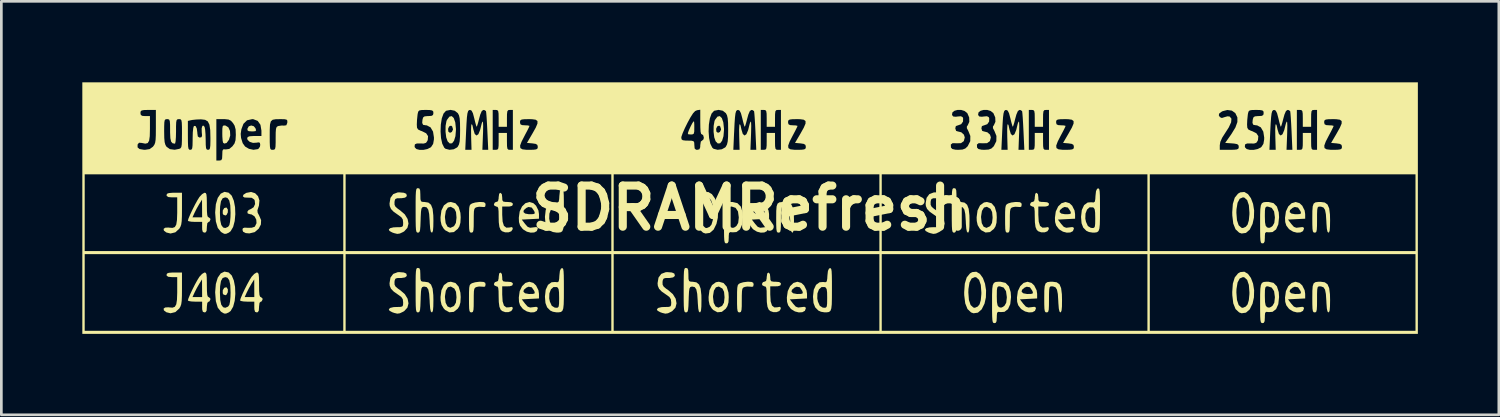
<source format=kicad_pcb>
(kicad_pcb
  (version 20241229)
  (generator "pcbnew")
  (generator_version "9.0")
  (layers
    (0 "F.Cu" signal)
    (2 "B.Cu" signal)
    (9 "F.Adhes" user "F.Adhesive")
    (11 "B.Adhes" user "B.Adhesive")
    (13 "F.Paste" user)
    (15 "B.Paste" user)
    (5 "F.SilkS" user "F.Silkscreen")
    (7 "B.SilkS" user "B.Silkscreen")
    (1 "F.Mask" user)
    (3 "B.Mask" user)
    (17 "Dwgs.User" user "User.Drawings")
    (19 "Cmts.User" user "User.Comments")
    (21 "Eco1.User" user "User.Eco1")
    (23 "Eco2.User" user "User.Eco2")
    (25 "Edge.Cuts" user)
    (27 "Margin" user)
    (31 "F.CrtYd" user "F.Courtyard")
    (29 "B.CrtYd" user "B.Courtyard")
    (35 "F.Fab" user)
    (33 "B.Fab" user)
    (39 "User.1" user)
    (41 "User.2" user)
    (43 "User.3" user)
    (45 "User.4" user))
  (footprint "SDRAMRefresh"
    (layer "F.Cu")
    (at 24.741 4.66)
    (property "Reference" "SDRAMRefresh" (at 0 0 0) (layer "F.SilkS") (effects (font (size 1.524 1.524) (thickness 0.3))))
    (attr board_only exclude_from_pos_files exclude_from_bom)
    (fp_poly (pts (xy -19.396 -0.018) (xy -19.349 0.054) (xy -19.351 0.161) (xy -19.396 0.251) (xy -19.435 0.274) (xy -19.513 0.247) (xy -19.538 0.202) (xy -19.537 0.089) (xy -19.484 0.000265) (xy -19.407 -0.022)) (stroke (width 0) (type solid)) (fill yes) (layer "F.SilkS"))
    (fp_poly (pts (xy -19.396 2.937) (xy -19.349 3.009) (xy -19.351 3.116) (xy -19.396 3.205) (xy -19.435 3.228) (xy -19.513 3.202) (xy -19.538 3.157) (xy -19.537 3.044) (xy -19.484 2.955) (xy -19.407 2.933)) (stroke (width 0) (type solid)) (fill yes) (layer "F.SilkS"))
    (fp_poly (pts (xy -18.388 -3.033) (xy -18.326 -2.958) (xy -18.303 -2.884) (xy -18.327 -2.851) (xy -18.416 -2.841) (xy -18.458 -2.841) (xy -18.574 -2.85) (xy -18.622 -2.883) (xy -18.624 -2.941) (xy -18.575 -3.029) (xy -18.484 -3.061)) (stroke (width 0) (type solid)) (fill yes) (layer "F.SilkS"))
    (fp_poly (pts (xy -19.436 -3.058) (xy -19.331 -2.993) (xy -19.27 -2.859) (xy -19.261 -2.69) (xy -19.309 -2.53) (xy -19.397 -2.412) (xy -19.483 -2.391) (xy -19.526 -2.424) (xy -19.542 -2.498) (xy -19.553 -2.648) (xy -19.555 -2.769) (xy -19.553 -2.945) (xy -19.539 -3.034) (xy -19.502 -3.063)) (stroke (width 0) (type solid)) (fill yes) (layer "F.SilkS"))
    (fp_poly (pts (xy -2.075 -3.203) (xy -2.068 -3.105) (xy -2.067 -2.997) (xy -2.069 -2.835) (xy -2.088 -2.755) (xy -2.139 -2.73) (xy -2.198 -2.728) (xy -2.288 -2.734) (xy -2.307 -2.774) (xy -2.269 -2.88) (xy -2.268 -2.884) (xy -2.197 -3.039) (xy -2.136 -3.154) (xy -2.095 -3.213)) (stroke (width 0) (type solid)) (fill yes) (layer "F.SilkS"))
    (fp_poly (pts (xy -10.978 -3.334) (xy -10.923 -3.175) (xy -10.899 -2.941) (xy -10.898 -2.897) (xy -10.917 -2.665) (xy -10.969 -2.495) (xy -11.042 -2.401) (xy -11.128 -2.395) (xy -11.207 -2.474) (xy -11.259 -2.621) (xy -11.284 -2.828) (xy -11.283 -2.936) (xy -11.19 -2.936) (xy -11.18 -2.833) (xy -11.12 -2.789) (xy -11.051 -2.82) (xy -11.01 -2.904) (xy -11.008 -2.926) (xy -11.039 -3.026) (xy -11.08 -3.056) (xy -11.149 -3.027) (xy -11.19 -2.936) (xy -11.283 -2.936) (xy -11.282 -3.046) (xy -11.249 -3.226) (xy -11.232 -3.266) (xy -11.141 -3.389) (xy -11.053 -3.408)) (stroke (width 0) (type solid)) (fill yes) (layer "F.SilkS"))
    (fp_poly (pts (xy -1.046 -3.334) (xy -0.992 -3.175) (xy -0.967 -2.941) (xy -0.967 -2.897) (xy -0.986 -2.665) (xy -1.037 -2.495) (xy -1.111 -2.401) (xy -1.197 -2.395) (xy -1.276 -2.474) (xy -1.328 -2.621) (xy -1.353 -2.828) (xy -1.352 -2.936) (xy -1.259 -2.936) (xy -1.248 -2.833) (xy -1.189 -2.789) (xy -1.119 -2.82) (xy -1.078 -2.904) (xy -1.077 -2.926) (xy -1.108 -3.026) (xy -1.148 -3.056) (xy -1.218 -3.027) (xy -1.259 -2.936) (xy -1.352 -2.936) (xy -1.35 -3.046) (xy -1.318 -3.226) (xy -1.301 -3.266) (xy -1.21 -3.389) (xy -1.122 -3.408)) (stroke (width 0) (type solid)) (fill yes) (layer "F.SilkS"))
    (fp_poly (pts (xy -21.049 0.025) (xy -21.051 0.298) (xy -21.059 0.482) (xy -21.076 0.605) (xy -21.106 0.692) (xy -21.148 0.764) (xy -21.294 0.898) (xy -21.473 0.942) (xy -21.629 0.903) (xy -21.718 0.835) (xy -21.73 0.771) (xy -21.672 0.727) (xy -21.554 0.72) (xy -21.53 0.724) (xy -21.4 0.734) (xy -21.313 0.702) (xy -21.26 0.609) (xy -21.234 0.44) (xy -21.225 0.178) (xy -21.225 0.107) (xy -21.225 -0.398) (xy -21.423 -0.398) (xy -21.553 -0.409) (xy -21.613 -0.447) (xy -21.621 -0.483) (xy -21.602 -0.531) (xy -21.534 -0.557) (xy -21.4 -0.568) (xy -21.335 -0.568) (xy -21.049 -0.568)) (stroke (width 0) (type solid)) (fill yes) (layer "F.SilkS"))
    (fp_poly (pts (xy -21.049 2.98) (xy -21.051 3.252) (xy -21.059 3.437) (xy -21.076 3.56) (xy -21.106 3.647) (xy -21.148 3.719) (xy -21.294 3.853) (xy -21.473 3.897) (xy -21.629 3.858) (xy -21.718 3.79) (xy -21.73 3.725) (xy -21.672 3.682) (xy -21.554 3.675) (xy -21.53 3.678) (xy -21.4 3.689) (xy -21.313 3.656) (xy -21.26 3.564) (xy -21.234 3.395) (xy -21.225 3.133) (xy -21.225 3.061) (xy -21.225 2.557) (xy -21.423 2.557) (xy -21.553 2.546) (xy -21.613 2.508) (xy -21.621 2.472) (xy -21.602 2.424) (xy -21.534 2.397) (xy -21.4 2.387) (xy -21.335 2.387) (xy -21.049 2.387)) (stroke (width 0) (type solid)) (fill yes) (layer "F.SilkS"))
    (fp_poly (pts (xy -9.871 -0.219) (xy -9.813 -0.186) (xy -9.8 -0.122) (xy -9.819 -0.046) (xy -9.893 -0.039) (xy -9.909 -0.043) (xy -10.041 -0.05) (xy -10.128 -0.034) (xy -10.183 -0.01) (xy -10.216 0.035) (xy -10.233 0.125) (xy -10.238 0.286) (xy -10.239 0.456) (xy -10.241 0.682) (xy -10.249 0.817) (xy -10.269 0.885) (xy -10.304 0.908) (xy -10.327 0.909) (xy -10.369 0.901) (xy -10.395 0.861) (xy -10.409 0.768) (xy -10.414 0.6) (xy -10.415 0.396) (xy -10.414 0.153) (xy -10.407 -0.001) (xy -10.39 -0.09) (xy -10.357 -0.139) (xy -10.305 -0.17) (xy -10.302 -0.172) (xy -10.186 -0.207) (xy -10.036 -0.226) (xy -9.995 -0.227)) (stroke (width 0) (type solid)) (fill yes) (layer "F.SilkS"))
    (fp_poly (pts (xy -9.871 2.736) (xy -9.813 2.769) (xy -9.8 2.833) (xy -9.819 2.909) (xy -9.893 2.916) (xy -9.909 2.912) (xy -10.041 2.905) (xy -10.128 2.921) (xy -10.183 2.945) (xy -10.216 2.989) (xy -10.233 3.08) (xy -10.238 3.24) (xy -10.239 3.41) (xy -10.241 3.637) (xy -10.249 3.772) (xy -10.269 3.84) (xy -10.304 3.862) (xy -10.327 3.864) (xy -10.369 3.855) (xy -10.395 3.815) (xy -10.409 3.722) (xy -10.414 3.555) (xy -10.415 3.351) (xy -10.414 3.108) (xy -10.407 2.954) (xy -10.39 2.864) (xy -10.357 2.816) (xy -10.305 2.784) (xy -10.302 2.783) (xy -10.186 2.748) (xy -10.036 2.729) (xy -9.995 2.728)) (stroke (width 0) (type solid)) (fill yes) (layer "F.SilkS"))
    (fp_poly (pts (xy 0.06 2.736) (xy 0.118 2.769) (xy 0.132 2.833) (xy 0.112 2.909) (xy 0.038 2.916) (xy 0.023 2.912) (xy -0.109 2.905) (xy -0.197 2.921) (xy -0.252 2.945) (xy -0.285 2.989) (xy -0.301 3.08) (xy -0.307 3.24) (xy -0.308 3.41) (xy -0.309 3.637) (xy -0.318 3.772) (xy -0.338 3.84) (xy -0.373 3.862) (xy -0.396 3.864) (xy -0.437 3.855) (xy -0.463 3.815) (xy -0.477 3.722) (xy -0.483 3.555) (xy -0.483 3.351) (xy -0.482 3.108) (xy -0.475 2.954) (xy -0.458 2.864) (xy -0.426 2.816) (xy -0.374 2.784) (xy -0.371 2.783) (xy -0.254 2.748) (xy -0.105 2.729) (xy -0.063 2.728)) (stroke (width 0) (type solid)) (fill yes) (layer "F.SilkS"))
    (fp_poly (pts (xy 9.992 -0.219) (xy 10.05 -0.186) (xy 10.063 -0.122) (xy 10.044 -0.046) (xy 9.97 -0.039) (xy 9.954 -0.043) (xy 9.822 -0.05) (xy 9.735 -0.034) (xy 9.68 -0.01) (xy 9.647 0.035) (xy 9.63 0.125) (xy 9.624 0.286) (xy 9.624 0.456) (xy 9.622 0.682) (xy 9.614 0.817) (xy 9.594 0.885) (xy 9.559 0.908) (xy 9.536 0.909) (xy 9.494 0.901) (xy 9.468 0.861) (xy 9.454 0.768) (xy 9.449 0.6) (xy 9.448 0.396) (xy 9.449 0.153) (xy 9.456 -0.001) (xy 9.473 -0.09) (xy 9.506 -0.139) (xy 9.558 -0.17) (xy 9.561 -0.172) (xy 9.677 -0.207) (xy 9.827 -0.226) (xy 9.868 -0.227)) (stroke (width 0) (type solid)) (fill yes) (layer "F.SilkS"))
    (fp_poly (pts (xy -10.917 -0.18) (xy -10.798 -0.043) (xy -10.733 0.176) (xy -10.722 0.341) (xy -10.733 0.541) (xy -10.771 0.677) (xy -10.83 0.77) (xy -10.977 0.889) (xy -11.14 0.905) (xy -11.298 0.82) (xy -11.354 0.759) (xy -11.431 0.63) (xy -11.465 0.478) (xy -11.47 0.341) (xy -11.306 0.341) (xy -11.28 0.556) (xy -11.209 0.69) (xy -11.106 0.733) (xy -10.98 0.675) (xy -10.963 0.659) (xy -10.9 0.549) (xy -10.878 0.365) (xy -10.878 0.341) (xy -10.896 0.147) (xy -10.954 0.031) (xy -10.963 0.023) (xy -11.09 -0.049) (xy -11.197 -0.019) (xy -11.273 0.104) (xy -11.305 0.308) (xy -11.306 0.341) (xy -11.47 0.341) (xy -11.436 0.086) (xy -11.343 -0.102) (xy -11.198 -0.208) (xy -11.088 -0.227)) (stroke (width 0) (type solid)) (fill yes) (layer "F.SilkS"))
    (fp_poly (pts (xy -10.917 2.775) (xy -10.798 2.911) (xy -10.733 3.131) (xy -10.722 3.296) (xy -10.733 3.496) (xy -10.771 3.631) (xy -10.83 3.725) (xy -10.977 3.844) (xy -11.14 3.86) (xy -11.298 3.775) (xy -11.354 3.714) (xy -11.431 3.585) (xy -11.465 3.433) (xy -11.47 3.296) (xy -11.306 3.296) (xy -11.28 3.51) (xy -11.209 3.644) (xy -11.106 3.688) (xy -10.98 3.63) (xy -10.963 3.614) (xy -10.9 3.504) (xy -10.878 3.319) (xy -10.878 3.296) (xy -10.896 3.102) (xy -10.954 2.986) (xy -10.963 2.978) (xy -11.09 2.905) (xy -11.197 2.936) (xy -11.273 3.059) (xy -11.305 3.263) (xy -11.306 3.296) (xy -11.47 3.296) (xy -11.436 3.041) (xy -11.343 2.853) (xy -11.198 2.747) (xy -11.088 2.728)) (stroke (width 0) (type solid)) (fill yes) (layer "F.SilkS"))
    (fp_poly (pts (xy -0.986 2.775) (xy -0.866 2.911) (xy -0.801 3.131) (xy -0.791 3.296) (xy -0.801 3.496) (xy -0.84 3.631) (xy -0.899 3.725) (xy -1.046 3.844) (xy -1.209 3.86) (xy -1.367 3.775) (xy -1.422 3.714) (xy -1.5 3.585) (xy -1.533 3.433) (xy -1.538 3.296) (xy -1.374 3.296) (xy -1.348 3.51) (xy -1.278 3.644) (xy -1.174 3.688) (xy -1.049 3.63) (xy -1.031 3.614) (xy -0.968 3.504) (xy -0.947 3.319) (xy -0.947 3.296) (xy -0.965 3.102) (xy -1.023 2.986) (xy -1.031 2.978) (xy -1.159 2.905) (xy -1.266 2.936) (xy -1.341 3.059) (xy -1.374 3.263) (xy -1.374 3.296) (xy -1.538 3.296) (xy -1.505 3.041) (xy -1.411 2.853) (xy -1.267 2.747) (xy -1.157 2.728)) (stroke (width 0) (type solid)) (fill yes) (layer "F.SilkS"))
    (fp_poly (pts (xy 8.946 -0.18) (xy 9.065 -0.043) (xy 9.13 0.176) (xy 9.14 0.341) (xy 9.13 0.541) (xy 9.092 0.677) (xy 9.033 0.77) (xy 8.886 0.889) (xy 8.723 0.905) (xy 8.565 0.82) (xy 8.509 0.759) (xy 8.432 0.63) (xy 8.398 0.478) (xy 8.393 0.341) (xy 8.557 0.341) (xy 8.583 0.556) (xy 8.653 0.69) (xy 8.757 0.733) (xy 8.883 0.675) (xy 8.9 0.659) (xy 8.963 0.549) (xy 8.985 0.365) (xy 8.985 0.341) (xy 8.967 0.147) (xy 8.909 0.031) (xy 8.9 0.023) (xy 8.773 -0.049) (xy 8.665 -0.019) (xy 8.59 0.104) (xy 8.558 0.308) (xy 8.557 0.341) (xy 8.393 0.341) (xy 8.427 0.086) (xy 8.52 -0.102) (xy 8.665 -0.208) (xy 8.775 -0.227)) (stroke (width 0) (type solid)) (fill yes) (layer "F.SilkS"))
    (fp_poly (pts (xy -1.416 -0.518) (xy -1.306 -0.364) (xy -1.227 -0.154) (xy -1.188 0.092) (xy -1.195 0.356) (xy -1.246 0.584) (xy -1.35 0.796) (xy -1.491 0.919) (xy -1.652 0.942) (xy -1.744 0.91) (xy -1.877 0.785) (xy -1.961 0.575) (xy -1.997 0.274) (xy -1.999 0.17) (xy -1.846 0.17) (xy -1.824 0.449) (xy -1.761 0.637) (xy -1.658 0.73) (xy -1.604 0.739) (xy -1.499 0.693) (xy -1.431 0.612) (xy -1.385 0.459) (xy -1.363 0.233) (xy -1.362 0.17) (xy -1.384 -0.108) (xy -1.447 -0.296) (xy -1.55 -0.389) (xy -1.604 -0.398) (xy -1.722 -0.347) (xy -1.802 -0.198) (xy -1.842 0.043) (xy -1.846 0.17) (xy -1.999 0.17) (xy -1.999 0.163) (xy -1.977 -0.156) (xy -1.906 -0.386) (xy -1.785 -0.535) (xy -1.702 -0.583) (xy -1.55 -0.597)) (stroke (width 0) (type solid)) (fill yes) (layer "F.SilkS"))
    (fp_poly (pts (xy 1.429 -0.206) (xy 1.53 -0.133) (xy 1.592 0.009) (xy 1.621 0.235) (xy 1.626 0.455) (xy 1.622 0.692) (xy 1.61 0.834) (xy 1.586 0.9) (xy 1.565 0.909) (xy 1.53 0.876) (xy 1.506 0.766) (xy 1.491 0.564) (xy 1.487 0.48) (xy 1.47 0.227) (xy 1.439 0.067) (xy 1.382 -0.02) (xy 1.292 -0.053) (xy 1.241 -0.056) (xy 1.194 -0.05) (xy 1.164 -0.017) (xy 1.149 0.067) (xy 1.143 0.223) (xy 1.143 0.426) (xy 1.141 0.661) (xy 1.133 0.804) (xy 1.116 0.879) (xy 1.084 0.906) (xy 1.055 0.909) (xy 1.014 0.901) (xy 0.988 0.862) (xy 0.974 0.771) (xy 0.968 0.608) (xy 0.967 0.375) (xy 0.969 0.108) (xy 0.982 -0.065) (xy 1.017 -0.166) (xy 1.085 -0.213) (xy 1.194 -0.226) (xy 1.278 -0.227)) (stroke (width 0) (type solid)) (fill yes) (layer "F.SilkS"))
    (fp_poly (pts (xy 8.515 2.437) (xy 8.626 2.591) (xy 8.704 2.801) (xy 8.743 3.047) (xy 8.736 3.311) (xy 8.686 3.539) (xy 8.581 3.751) (xy 8.441 3.874) (xy 8.279 3.897) (xy 8.187 3.865) (xy 8.055 3.74) (xy 7.971 3.53) (xy 7.934 3.229) (xy 7.932 3.125) (xy 8.086 3.125) (xy 8.107 3.403) (xy 8.171 3.592) (xy 8.273 3.684) (xy 8.328 3.694) (xy 8.433 3.648) (xy 8.501 3.567) (xy 8.547 3.414) (xy 8.568 3.187) (xy 8.569 3.125) (xy 8.548 2.847) (xy 8.484 2.659) (xy 8.382 2.566) (xy 8.328 2.557) (xy 8.209 2.608) (xy 8.129 2.757) (xy 8.09 2.998) (xy 8.086 3.125) (xy 7.932 3.125) (xy 7.932 3.118) (xy 7.955 2.799) (xy 8.025 2.569) (xy 8.147 2.42) (xy 8.23 2.372) (xy 8.381 2.357)) (stroke (width 0) (type solid)) (fill yes) (layer "F.SilkS"))
    (fp_poly (pts (xy 11.36 2.749) (xy 11.462 2.822) (xy 11.523 2.964) (xy 11.552 3.19) (xy 11.557 3.409) (xy 11.554 3.647) (xy 11.541 3.789) (xy 11.517 3.854) (xy 11.496 3.864) (xy 11.462 3.831) (xy 11.438 3.721) (xy 11.422 3.519) (xy 11.418 3.435) (xy 11.402 3.182) (xy 11.37 3.022) (xy 11.314 2.935) (xy 11.224 2.902) (xy 11.173 2.899) (xy 11.125 2.905) (xy 11.096 2.938) (xy 11.081 3.022) (xy 11.075 3.178) (xy 11.074 3.381) (xy 11.072 3.616) (xy 11.065 3.759) (xy 11.047 3.834) (xy 11.016 3.861) (xy 10.986 3.864) (xy 10.945 3.856) (xy 10.919 3.817) (xy 10.905 3.726) (xy 10.899 3.563) (xy 10.898 3.33) (xy 10.9 3.063) (xy 10.914 2.89) (xy 10.949 2.789) (xy 11.016 2.742) (xy 11.126 2.728) (xy 11.209 2.728)) (stroke (width 0) (type solid)) (fill yes) (layer "F.SilkS"))
    (fp_poly (pts (xy 18.447 -0.518) (xy 18.557 -0.364) (xy 18.636 -0.154) (xy 18.675 0.092) (xy 18.667 0.356) (xy 18.617 0.584) (xy 18.513 0.796) (xy 18.372 0.919) (xy 18.211 0.942) (xy 18.119 0.91) (xy 17.986 0.785) (xy 17.902 0.575) (xy 17.866 0.274) (xy 17.864 0.17) (xy 18.017 0.17) (xy 18.039 0.449) (xy 18.102 0.637) (xy 18.205 0.73) (xy 18.259 0.739) (xy 18.364 0.693) (xy 18.432 0.612) (xy 18.478 0.459) (xy 18.5 0.233) (xy 18.501 0.17) (xy 18.479 -0.108) (xy 18.416 -0.296) (xy 18.313 -0.389) (xy 18.259 -0.398) (xy 18.141 -0.347) (xy 18.061 -0.198) (xy 18.021 0.043) (xy 18.017 0.17) (xy 17.864 0.17) (xy 17.863 0.163) (xy 17.886 -0.156) (xy 17.957 -0.386) (xy 18.078 -0.535) (xy 18.161 -0.583) (xy 18.312 -0.597)) (stroke (width 0) (type solid)) (fill yes) (layer "F.SilkS"))
    (fp_poly (pts (xy 18.447 2.437) (xy 18.557 2.591) (xy 18.636 2.801) (xy 18.675 3.047) (xy 18.667 3.311) (xy 18.617 3.539) (xy 18.513 3.751) (xy 18.372 3.874) (xy 18.211 3.897) (xy 18.119 3.865) (xy 17.986 3.74) (xy 17.902 3.53) (xy 17.866 3.229) (xy 17.864 3.125) (xy 18.017 3.125) (xy 18.039 3.403) (xy 18.102 3.592) (xy 18.205 3.684) (xy 18.259 3.694) (xy 18.364 3.648) (xy 18.432 3.567) (xy 18.478 3.414) (xy 18.5 3.187) (xy 18.501 3.125) (xy 18.479 2.847) (xy 18.416 2.659) (xy 18.313 2.566) (xy 18.259 2.557) (xy 18.141 2.608) (xy 18.061 2.757) (xy 18.021 2.998) (xy 18.017 3.125) (xy 17.864 3.125) (xy 17.863 3.118) (xy 17.886 2.799) (xy 17.957 2.569) (xy 18.078 2.42) (xy 18.161 2.372) (xy 18.312 2.357)) (stroke (width 0) (type solid)) (fill yes) (layer "F.SilkS"))
    (fp_poly (pts (xy 21.292 -0.206) (xy 21.393 -0.133) (xy 21.455 0.009) (xy 21.484 0.235) (xy 21.489 0.455) (xy 21.485 0.692) (xy 21.473 0.834) (xy 21.449 0.9) (xy 21.428 0.909) (xy 21.393 0.876) (xy 21.369 0.766) (xy 21.354 0.564) (xy 21.35 0.48) (xy 21.333 0.227) (xy 21.302 0.067) (xy 21.245 -0.02) (xy 21.155 -0.053) (xy 21.104 -0.056) (xy 21.056 -0.05) (xy 21.027 -0.017) (xy 21.012 0.067) (xy 21.006 0.223) (xy 21.006 0.426) (xy 21.004 0.661) (xy 20.996 0.804) (xy 20.979 0.879) (xy 20.947 0.906) (xy 20.918 0.909) (xy 20.877 0.901) (xy 20.851 0.862) (xy 20.837 0.771) (xy 20.831 0.608) (xy 20.83 0.375) (xy 20.832 0.108) (xy 20.845 -0.065) (xy 20.88 -0.166) (xy 20.948 -0.213) (xy 21.057 -0.226) (xy 21.141 -0.227)) (stroke (width 0) (type solid)) (fill yes) (layer "F.SilkS"))
    (fp_poly (pts (xy 21.292 2.749) (xy 21.393 2.822) (xy 21.455 2.964) (xy 21.484 3.19) (xy 21.489 3.409) (xy 21.485 3.647) (xy 21.473 3.789) (xy 21.449 3.854) (xy 21.428 3.864) (xy 21.393 3.831) (xy 21.369 3.721) (xy 21.354 3.519) (xy 21.35 3.435) (xy 21.333 3.182) (xy 21.302 3.022) (xy 21.245 2.935) (xy 21.155 2.902) (xy 21.104 2.899) (xy 21.056 2.905) (xy 21.027 2.938) (xy 21.012 3.022) (xy 21.006 3.178) (xy 21.006 3.381) (xy 21.004 3.616) (xy 20.996 3.759) (xy 20.979 3.834) (xy 20.947 3.861) (xy 20.918 3.864) (xy 20.877 3.856) (xy 20.851 3.817) (xy 20.837 3.726) (xy 20.831 3.563) (xy 20.83 3.33) (xy 20.832 3.063) (xy 20.845 2.89) (xy 20.88 2.789) (xy 20.948 2.742) (xy 21.057 2.728) (xy 21.141 2.728)) (stroke (width 0) (type solid)) (fill yes) (layer "F.SilkS"))
    (fp_poly (pts (xy -19.32 -0.571) (xy -19.206 -0.46) (xy -19.127 -0.271) (xy -19.082 -0.034) (xy -19.072 0.225) (xy -19.095 0.479) (xy -19.153 0.698) (xy -19.246 0.857) (xy -19.314 0.91) (xy -19.416 0.954) (xy -19.486 0.952) (xy -19.575 0.902) (xy -19.606 0.88) (xy -19.723 0.734) (xy -19.794 0.494) (xy -19.819 0.17) (xy -19.643 0.17) (xy -19.632 0.447) (xy -19.593 0.625) (xy -19.525 0.718) (xy -19.446 0.739) (xy -19.342 0.695) (xy -19.293 0.629) (xy -19.269 0.514) (xy -19.252 0.331) (xy -19.248 0.17) (xy -19.259 -0.106) (xy -19.298 -0.284) (xy -19.366 -0.377) (xy -19.446 -0.398) (xy -19.542 -0.364) (xy -19.604 -0.255) (xy -19.636 -0.057) (xy -19.643 0.17) (xy -19.819 0.17) (xy -19.819 0.166) (xy -19.819 0.16) (xy -19.794 -0.142) (xy -19.723 -0.378) (xy -19.613 -0.535) (xy -19.474 -0.602)) (stroke (width 0) (type solid)) (fill yes) (layer "F.SilkS"))
    (fp_poly (pts (xy -19.32 2.384) (xy -19.206 2.495) (xy -19.127 2.684) (xy -19.082 2.921) (xy -19.072 3.18) (xy -19.095 3.434) (xy -19.153 3.653) (xy -19.246 3.812) (xy -19.314 3.864) (xy -19.416 3.908) (xy -19.486 3.907) (xy -19.575 3.856) (xy -19.606 3.835) (xy -19.723 3.688) (xy -19.794 3.449) (xy -19.819 3.125) (xy -19.643 3.125) (xy -19.632 3.401) (xy -19.593 3.58) (xy -19.525 3.672) (xy -19.446 3.694) (xy -19.342 3.65) (xy -19.293 3.584) (xy -19.269 3.469) (xy -19.252 3.286) (xy -19.248 3.125) (xy -19.259 2.849) (xy -19.298 2.671) (xy -19.366 2.578) (xy -19.446 2.557) (xy -19.542 2.591) (xy -19.604 2.7) (xy -19.636 2.898) (xy -19.643 3.125) (xy -19.819 3.125) (xy -19.819 3.12) (xy -19.819 3.115) (xy -19.794 2.812) (xy -19.723 2.577) (xy -19.613 2.42) (xy -19.474 2.353)) (stroke (width 0) (type solid)) (fill yes) (layer "F.SilkS"))
    (fp_poly (pts (xy -8.031 -0.183) (xy -7.93 -0.088) (xy -7.842 0.088) (xy -7.822 0.222) (xy -7.822 0.393) (xy -8.141 0.409) (xy -8.459 0.426) (xy -8.335 0.589) (xy -8.24 0.695) (xy -8.15 0.729) (xy -8.039 0.716) (xy -7.923 0.702) (xy -7.872 0.727) (xy -7.866 0.76) (xy -7.903 0.853) (xy -7.998 0.903) (xy -8.128 0.91) (xy -8.27 0.874) (xy -8.4 0.795) (xy -8.434 0.762) (xy -8.523 0.645) (xy -8.562 0.518) (xy -8.569 0.36) (xy -8.54 0.147) (xy -8.397 0.147) (xy -8.334 0.202) (xy -8.198 0.227) (xy -8.172 0.227) (xy -8.043 0.224) (xy -7.985 0.206) (xy -7.98 0.163) (xy -7.999 0.11) (xy -8.089 -0.019) (xy -8.207 -0.042) (xy -8.286 -0.009) (xy -8.383 0.073) (xy -8.397 0.147) (xy -8.54 0.147) (xy -8.536 0.123) (xy -8.449 -0.061) (xy -8.325 -0.181) (xy -8.18 -0.226)) (stroke (width 0) (type solid)) (fill yes) (layer "F.SilkS"))
    (fp_poly (pts (xy -8.031 2.772) (xy -7.93 2.867) (xy -7.842 3.043) (xy -7.822 3.177) (xy -7.822 3.348) (xy -8.141 3.364) (xy -8.459 3.381) (xy -8.335 3.544) (xy -8.24 3.65) (xy -8.15 3.684) (xy -8.039 3.671) (xy -7.923 3.657) (xy -7.872 3.682) (xy -7.866 3.715) (xy -7.903 3.808) (xy -7.998 3.858) (xy -8.128 3.865) (xy -8.27 3.829) (xy -8.4 3.75) (xy -8.434 3.717) (xy -8.523 3.6) (xy -8.562 3.473) (xy -8.569 3.315) (xy -8.54 3.102) (xy -8.397 3.102) (xy -8.334 3.157) (xy -8.198 3.182) (xy -8.172 3.182) (xy -8.043 3.179) (xy -7.985 3.161) (xy -7.98 3.118) (xy -7.999 3.065) (xy -8.089 2.935) (xy -8.207 2.913) (xy -8.286 2.946) (xy -8.383 3.028) (xy -8.397 3.102) (xy -8.54 3.102) (xy -8.536 3.078) (xy -8.449 2.894) (xy -8.325 2.773) (xy -8.18 2.729)) (stroke (width 0) (type solid)) (fill yes) (layer "F.SilkS"))
    (fp_poly (pts (xy 0.494 -0.183) (xy 0.595 -0.088) (xy 0.683 0.088) (xy 0.703 0.222) (xy 0.703 0.393) (xy 0.385 0.409) (xy 0.066 0.426) (xy 0.19 0.589) (xy 0.285 0.695) (xy 0.376 0.729) (xy 0.487 0.716) (xy 0.602 0.702) (xy 0.653 0.727) (xy 0.659 0.76) (xy 0.622 0.853) (xy 0.527 0.903) (xy 0.397 0.91) (xy 0.256 0.874) (xy 0.126 0.795) (xy 0.091 0.762) (xy 0.003 0.645) (xy -0.036 0.518) (xy -0.044 0.36) (xy -0.014 0.147) (xy 0.128 0.147) (xy 0.192 0.202) (xy 0.327 0.227) (xy 0.353 0.227) (xy 0.482 0.224) (xy 0.54 0.206) (xy 0.545 0.163) (xy 0.526 0.11) (xy 0.437 -0.019) (xy 0.318 -0.042) (xy 0.239 -0.009) (xy 0.142 0.073) (xy 0.128 0.147) (xy -0.014 0.147) (xy -0.011 0.123) (xy 0.076 -0.061) (xy 0.201 -0.181) (xy 0.346 -0.226)) (stroke (width 0) (type solid)) (fill yes) (layer "F.SilkS"))
    (fp_poly (pts (xy 1.9 2.772) (xy 2.001 2.867) (xy 2.089 3.043) (xy 2.109 3.177) (xy 2.109 3.348) (xy 1.791 3.364) (xy 1.472 3.381) (xy 1.596 3.544) (xy 1.691 3.65) (xy 1.782 3.684) (xy 1.893 3.671) (xy 2.009 3.657) (xy 2.059 3.682) (xy 2.065 3.715) (xy 2.029 3.808) (xy 1.934 3.858) (xy 1.804 3.865) (xy 1.662 3.829) (xy 1.532 3.75) (xy 1.497 3.717) (xy 1.409 3.6) (xy 1.37 3.473) (xy 1.362 3.315) (xy 1.392 3.102) (xy 1.535 3.102) (xy 1.598 3.157) (xy 1.733 3.182) (xy 1.759 3.182) (xy 1.888 3.179) (xy 1.946 3.161) (xy 1.951 3.118) (xy 1.932 3.065) (xy 1.843 2.935) (xy 1.725 2.913) (xy 1.645 2.946) (xy 1.549 3.028) (xy 1.535 3.102) (xy 1.392 3.102) (xy 1.395 3.078) (xy 1.482 2.894) (xy 1.607 2.773) (xy 1.752 2.729)) (stroke (width 0) (type solid)) (fill yes) (layer "F.SilkS"))
    (fp_poly (pts (xy 10.426 2.772) (xy 10.527 2.867) (xy 10.615 3.043) (xy 10.635 3.177) (xy 10.635 3.348) (xy 10.316 3.364) (xy 9.997 3.381) (xy 10.121 3.544) (xy 10.217 3.65) (xy 10.307 3.684) (xy 10.418 3.671) (xy 10.534 3.657) (xy 10.584 3.682) (xy 10.591 3.715) (xy 10.554 3.808) (xy 10.459 3.858) (xy 10.329 3.865) (xy 10.187 3.829) (xy 10.057 3.75) (xy 10.023 3.717) (xy 9.934 3.6) (xy 9.895 3.473) (xy 9.888 3.315) (xy 9.917 3.102) (xy 10.06 3.102) (xy 10.123 3.157) (xy 10.258 3.182) (xy 10.285 3.182) (xy 10.413 3.179) (xy 10.472 3.161) (xy 10.477 3.118) (xy 10.457 3.065) (xy 10.368 2.935) (xy 10.25 2.913) (xy 10.17 2.946) (xy 10.074 3.028) (xy 10.06 3.102) (xy 9.917 3.102) (xy 9.92 3.078) (xy 10.008 2.894) (xy 10.132 2.773) (xy 10.277 2.729)) (stroke (width 0) (type solid)) (fill yes) (layer "F.SilkS"))
    (fp_poly (pts (xy 11.832 -0.183) (xy 11.933 -0.088) (xy 12.021 0.088) (xy 12.041 0.222) (xy 12.041 0.393) (xy 11.722 0.409) (xy 11.404 0.426) (xy 11.528 0.589) (xy 11.623 0.695) (xy 11.713 0.729) (xy 11.824 0.716) (xy 11.94 0.702) (xy 11.991 0.727) (xy 11.997 0.76) (xy 11.96 0.853) (xy 11.865 0.903) (xy 11.735 0.91) (xy 11.593 0.874) (xy 11.463 0.795) (xy 11.429 0.762) (xy 11.34 0.645) (xy 11.301 0.518) (xy 11.294 0.36) (xy 11.323 0.147) (xy 11.466 0.147) (xy 11.529 0.202) (xy 11.665 0.227) (xy 11.691 0.227) (xy 11.82 0.224) (xy 11.878 0.206) (xy 11.883 0.163) (xy 11.864 0.11) (xy 11.774 -0.019) (xy 11.656 -0.042) (xy 11.577 -0.009) (xy 11.48 0.073) (xy 11.466 0.147) (xy 11.323 0.147) (xy 11.327 0.123) (xy 11.414 -0.061) (xy 11.538 -0.181) (xy 11.683 -0.226)) (stroke (width 0) (type solid)) (fill yes) (layer "F.SilkS"))
    (fp_poly (pts (xy 20.357 -0.183) (xy 20.458 -0.088) (xy 20.546 0.088) (xy 20.566 0.222) (xy 20.566 0.393) (xy 20.247 0.409) (xy 19.929 0.426) (xy 20.053 0.589) (xy 20.148 0.695) (xy 20.238 0.729) (xy 20.349 0.716) (xy 20.465 0.702) (xy 20.516 0.727) (xy 20.522 0.76) (xy 20.485 0.853) (xy 20.39 0.903) (xy 20.26 0.91) (xy 20.119 0.874) (xy 19.989 0.795) (xy 19.954 0.762) (xy 19.866 0.645) (xy 19.827 0.518) (xy 19.819 0.36) (xy 19.849 0.147) (xy 19.991 0.147) (xy 20.055 0.202) (xy 20.19 0.227) (xy 20.216 0.227) (xy 20.345 0.224) (xy 20.403 0.206) (xy 20.408 0.163) (xy 20.389 0.11) (xy 20.3 -0.019) (xy 20.181 -0.042) (xy 20.102 -0.009) (xy 20.005 0.073) (xy 19.991 0.147) (xy 19.849 0.147) (xy 19.852 0.123) (xy 19.939 -0.061) (xy 20.064 -0.181) (xy 20.209 -0.226)) (stroke (width 0) (type solid)) (fill yes) (layer "F.SilkS"))
    (fp_poly (pts (xy 20.357 2.772) (xy 20.458 2.867) (xy 20.546 3.043) (xy 20.566 3.177) (xy 20.566 3.348) (xy 20.247 3.364) (xy 19.929 3.381) (xy 20.053 3.544) (xy 20.148 3.65) (xy 20.238 3.684) (xy 20.349 3.671) (xy 20.465 3.657) (xy 20.516 3.682) (xy 20.522 3.715) (xy 20.485 3.808) (xy 20.39 3.858) (xy 20.26 3.865) (xy 20.119 3.829) (xy 19.989 3.75) (xy 19.954 3.717) (xy 19.866 3.6) (xy 19.827 3.473) (xy 19.819 3.315) (xy 19.849 3.102) (xy 19.991 3.102) (xy 20.055 3.157) (xy 20.19 3.182) (xy 20.216 3.182) (xy 20.345 3.179) (xy 20.403 3.161) (xy 20.408 3.118) (xy 20.389 3.065) (xy 20.3 2.935) (xy 20.181 2.913) (xy 20.102 2.946) (xy 20.005 3.028) (xy 19.991 3.102) (xy 19.849 3.102) (xy 19.852 3.078) (xy 19.939 2.894) (xy 20.064 2.773) (xy 20.209 2.729)) (stroke (width 0) (type solid)) (fill yes) (layer "F.SilkS"))
    (fp_poly (pts (xy -18.339 -0.551) (xy -18.231 -0.441) (xy -18.179 -0.283) (xy -18.197 -0.093) (xy -18.213 -0.044) (xy -18.254 0.083) (xy -18.244 0.173) (xy -18.192 0.27) (xy -18.117 0.446) (xy -18.125 0.607) (xy -18.204 0.76) (xy -18.353 0.89) (xy -18.552 0.938) (xy -18.687 0.926) (xy -18.784 0.875) (xy -18.808 0.806) (xy -18.793 0.747) (xy -18.733 0.724) (xy -18.61 0.73) (xy -18.465 0.728) (xy -18.362 0.694) (xy -18.346 0.681) (xy -18.287 0.559) (xy -18.297 0.424) (xy -18.362 0.305) (xy -18.471 0.235) (xy -18.526 0.227) (xy -18.612 0.2) (xy -18.628 0.138) (xy -18.58 0.072) (xy -18.504 0.038) (xy -18.394 -0.032) (xy -18.34 -0.15) (xy -18.354 -0.282) (xy -18.373 -0.319) (xy -18.47 -0.383) (xy -18.603 -0.387) (xy -18.733 -0.393) (xy -18.792 -0.434) (xy -18.773 -0.494) (xy -18.673 -0.56) (xy -18.665 -0.564) (xy -18.488 -0.598)) (stroke (width 0) (type solid)) (fill yes) (layer "F.SilkS"))
    (fp_poly (pts (xy -9.198 -0.517) (xy -9.184 -0.398) (xy -9.179 -0.293) (xy -9.146 -0.243) (xy -9.061 -0.228) (xy -8.987 -0.227) (xy -8.856 -0.216) (xy -8.797 -0.178) (xy -8.789 -0.142) (xy -8.815 -0.086) (xy -8.903 -0.06) (xy -8.987 -0.057) (xy -9.184 -0.057) (xy -9.184 0.245) (xy -9.169 0.5) (xy -9.12 0.658) (xy -9.031 0.725) (xy -8.924 0.72) (xy -8.828 0.704) (xy -8.795 0.733) (xy -8.797 0.782) (xy -8.848 0.859) (xy -8.95 0.899) (xy -9.074 0.899) (xy -9.188 0.858) (xy -9.242 0.808) (xy -9.288 0.7) (xy -9.311 0.526) (xy -9.316 0.322) (xy -9.319 0.119) (xy -9.331 0.005) (xy -9.357 -0.046) (xy -9.404 -0.057) (xy -9.404 -0.057) (xy -9.476 -0.092) (xy -9.492 -0.142) (xy -9.455 -0.211) (xy -9.404 -0.227) (xy -9.34 -0.254) (xy -9.317 -0.354) (xy -9.316 -0.398) (xy -9.297 -0.533) (xy -9.25 -0.568)) (stroke (width 0) (type solid)) (fill yes) (layer "F.SilkS"))
    (fp_poly (pts (xy -9.198 2.437) (xy -9.184 2.557) (xy -9.179 2.662) (xy -9.146 2.712) (xy -9.061 2.727) (xy -8.987 2.728) (xy -8.856 2.739) (xy -8.797 2.777) (xy -8.789 2.813) (xy -8.815 2.869) (xy -8.903 2.895) (xy -8.987 2.898) (xy -9.184 2.898) (xy -9.184 3.2) (xy -9.169 3.455) (xy -9.12 3.612) (xy -9.031 3.68) (xy -8.924 3.675) (xy -8.828 3.659) (xy -8.795 3.688) (xy -8.797 3.737) (xy -8.848 3.814) (xy -8.95 3.854) (xy -9.074 3.854) (xy -9.188 3.813) (xy -9.242 3.763) (xy -9.288 3.655) (xy -9.311 3.48) (xy -9.316 3.277) (xy -9.319 3.074) (xy -9.331 2.96) (xy -9.357 2.909) (xy -9.404 2.898) (xy -9.404 2.898) (xy -9.476 2.862) (xy -9.492 2.813) (xy -9.455 2.743) (xy -9.404 2.728) (xy -9.34 2.701) (xy -9.317 2.601) (xy -9.316 2.557) (xy -9.297 2.422) (xy -9.25 2.387)) (stroke (width 0) (type solid)) (fill yes) (layer "F.SilkS"))
    (fp_poly (pts (xy 0.733 2.437) (xy 0.747 2.557) (xy 0.753 2.662) (xy 0.786 2.712) (xy 0.87 2.727) (xy 0.945 2.728) (xy 1.075 2.739) (xy 1.135 2.777) (xy 1.143 2.813) (xy 1.117 2.869) (xy 1.029 2.895) (xy 0.945 2.898) (xy 0.747 2.898) (xy 0.747 3.2) (xy 0.762 3.455) (xy 0.812 3.612) (xy 0.9 3.68) (xy 1.007 3.675) (xy 1.103 3.659) (xy 1.136 3.688) (xy 1.134 3.737) (xy 1.084 3.814) (xy 0.981 3.854) (xy 0.857 3.854) (xy 0.744 3.813) (xy 0.69 3.763) (xy 0.644 3.655) (xy 0.62 3.48) (xy 0.615 3.277) (xy 0.613 3.074) (xy 0.601 2.96) (xy 0.575 2.909) (xy 0.528 2.898) (xy 0.527 2.898) (xy 0.456 2.862) (xy 0.439 2.813) (xy 0.476 2.743) (xy 0.527 2.728) (xy 0.592 2.701) (xy 0.614 2.601) (xy 0.615 2.557) (xy 0.635 2.422) (xy 0.681 2.387)) (stroke (width 0) (type solid)) (fill yes) (layer "F.SilkS"))
    (fp_poly (pts (xy 10.665 -0.517) (xy 10.679 -0.398) (xy 10.684 -0.293) (xy 10.717 -0.243) (xy 10.802 -0.228) (xy 10.876 -0.227) (xy 11.007 -0.216) (xy 11.066 -0.178) (xy 11.074 -0.142) (xy 11.048 -0.086) (xy 10.96 -0.06) (xy 10.876 -0.057) (xy 10.679 -0.057) (xy 10.679 0.245) (xy 10.694 0.5) (xy 10.743 0.658) (xy 10.832 0.725) (xy 10.939 0.72) (xy 11.035 0.704) (xy 11.068 0.733) (xy 11.066 0.782) (xy 11.015 0.859) (xy 10.913 0.899) (xy 10.789 0.899) (xy 10.675 0.858) (xy 10.621 0.808) (xy 10.575 0.7) (xy 10.552 0.526) (xy 10.547 0.322) (xy 10.544 0.119) (xy 10.532 0.005) (xy 10.506 -0.046) (xy 10.459 -0.057) (xy 10.459 -0.057) (xy 10.387 -0.092) (xy 10.371 -0.142) (xy 10.408 -0.211) (xy 10.459 -0.227) (xy 10.523 -0.254) (xy 10.546 -0.354) (xy 10.547 -0.398) (xy 10.566 -0.533) (xy 10.613 -0.568)) (stroke (width 0) (type solid)) (fill yes) (layer "F.SilkS"))
    (fp_poly (pts (xy -12.829 -0.568) (xy -12.74 -0.531) (xy -12.719 -0.464) (xy -12.725 -0.435) (xy -12.784 -0.387) (xy -12.914 -0.366) (xy -12.954 -0.366) (xy -13.08 -0.363) (xy -13.144 -0.336) (xy -13.169 -0.269) (xy -13.175 -0.216) (xy -13.173 -0.121) (xy -13.135 -0.047) (xy -13.042 0.032) (xy -12.965 0.085) (xy -12.792 0.235) (xy -12.689 0.404) (xy -12.656 0.575) (xy -12.697 0.733) (xy -12.813 0.86) (xy -12.854 0.885) (xy -12.975 0.942) (xy -13.072 0.956) (xy -13.188 0.928) (xy -13.259 0.903) (xy -13.362 0.846) (xy -13.385 0.79) (xy -13.333 0.743) (xy -13.213 0.714) (xy -13.106 0.709) (xy -12.964 0.707) (xy -12.889 0.69) (xy -12.859 0.645) (xy -12.854 0.555) (xy -12.854 0.54) (xy -12.867 0.423) (xy -12.922 0.339) (xy -13.035 0.256) (xy -13.204 0.138) (xy -13.305 0.033) (xy -13.351 -0.077) (xy -13.359 -0.171) (xy -13.324 -0.38) (xy -13.222 -0.518) (xy -13.058 -0.58) (xy -12.995 -0.583)) (stroke (width 0) (type solid)) (fill yes) (layer "F.SilkS"))
    (fp_poly (pts (xy -12.829 2.386) (xy -12.74 2.424) (xy -12.719 2.491) (xy -12.725 2.52) (xy -12.784 2.568) (xy -12.914 2.589) (xy -12.954 2.589) (xy -13.08 2.592) (xy -13.144 2.619) (xy -13.169 2.686) (xy -13.175 2.739) (xy -13.173 2.834) (xy -13.135 2.908) (xy -13.042 2.987) (xy -12.965 3.039) (xy -12.792 3.189) (xy -12.689 3.358) (xy -12.656 3.53) (xy -12.697 3.688) (xy -12.813 3.815) (xy -12.854 3.839) (xy -12.975 3.897) (xy -13.072 3.911) (xy -13.188 3.883) (xy -13.259 3.858) (xy -13.362 3.801) (xy -13.385 3.745) (xy -13.333 3.698) (xy -13.213 3.669) (xy -13.106 3.664) (xy -12.964 3.662) (xy -12.889 3.645) (xy -12.859 3.599) (xy -12.854 3.51) (xy -12.854 3.495) (xy -12.867 3.378) (xy -12.922 3.293) (xy -13.035 3.211) (xy -13.204 3.093) (xy -13.305 2.988) (xy -13.351 2.878) (xy -13.359 2.784) (xy -13.324 2.575) (xy -13.222 2.437) (xy -13.058 2.375) (xy -12.995 2.372)) (stroke (width 0) (type solid)) (fill yes) (layer "F.SilkS"))
    (fp_poly (pts (xy -2.898 2.386) (xy -2.809 2.424) (xy -2.788 2.491) (xy -2.794 2.52) (xy -2.853 2.568) (xy -2.982 2.589) (xy -3.023 2.589) (xy -3.149 2.592) (xy -3.212 2.619) (xy -3.238 2.686) (xy -3.244 2.739) (xy -3.242 2.834) (xy -3.203 2.908) (xy -3.11 2.987) (xy -3.033 3.039) (xy -2.861 3.189) (xy -2.757 3.358) (xy -2.725 3.53) (xy -2.765 3.688) (xy -2.882 3.815) (xy -2.922 3.839) (xy -3.043 3.897) (xy -3.14 3.911) (xy -3.257 3.883) (xy -3.327 3.858) (xy -3.431 3.801) (xy -3.453 3.745) (xy -3.401 3.698) (xy -3.281 3.669) (xy -3.174 3.664) (xy -3.032 3.662) (xy -2.957 3.645) (xy -2.928 3.599) (xy -2.922 3.51) (xy -2.922 3.495) (xy -2.936 3.378) (xy -2.99 3.293) (xy -3.103 3.211) (xy -3.273 3.093) (xy -3.373 2.988) (xy -3.419 2.878) (xy -3.428 2.784) (xy -3.393 2.575) (xy -3.291 2.437) (xy -3.126 2.375) (xy -3.063 2.372)) (stroke (width 0) (type solid)) (fill yes) (layer "F.SilkS"))
    (fp_poly (pts (xy 7.034 -0.568) (xy 7.123 -0.531) (xy 7.144 -0.464) (xy 7.138 -0.435) (xy 7.079 -0.387) (xy 6.949 -0.366) (xy 6.909 -0.366) (xy 6.783 -0.363) (xy 6.719 -0.336) (xy 6.694 -0.269) (xy 6.688 -0.216) (xy 6.69 -0.121) (xy 6.728 -0.047) (xy 6.821 0.032) (xy 6.898 0.085) (xy 7.071 0.235) (xy 7.174 0.404) (xy 7.207 0.575) (xy 7.166 0.733) (xy 7.05 0.86) (xy 7.009 0.885) (xy 6.888 0.942) (xy 6.791 0.956) (xy 6.675 0.928) (xy 6.604 0.903) (xy 6.501 0.846) (xy 6.478 0.79) (xy 6.53 0.743) (xy 6.65 0.714) (xy 6.757 0.709) (xy 6.899 0.707) (xy 6.974 0.69) (xy 7.004 0.645) (xy 7.009 0.555) (xy 7.009 0.54) (xy 6.996 0.423) (xy 6.941 0.339) (xy 6.828 0.256) (xy 6.659 0.138) (xy 6.558 0.033) (xy 6.512 -0.077) (xy 6.504 -0.171) (xy 6.539 -0.38) (xy 6.641 -0.518) (xy 6.805 -0.58) (xy 6.868 -0.583)) (stroke (width 0) (type solid)) (fill yes) (layer "F.SilkS"))
    (fp_poly (pts (xy -20.166 -0.556) (xy -20.142 -0.503) (xy -20.131 -0.389) (xy -20.127 -0.189) (xy -20.127 -0.114) (xy -20.124 0.12) (xy -20.112 0.26) (xy -20.09 0.326) (xy -20.061 0.341) (xy -20.002 0.386) (xy -19.995 0.426) (xy -20.03 0.502) (xy -20.061 0.511) (xy -20.109 0.555) (xy -20.127 0.692) (xy -20.127 0.71) (xy -20.136 0.847) (xy -20.175 0.903) (xy -20.215 0.909) (xy -20.275 0.887) (xy -20.3 0.8) (xy -20.302 0.71) (xy -20.302 0.511) (xy -20.566 0.511) (xy -20.705 0.504) (xy -20.801 0.486) (xy -20.83 0.465) (xy -20.806 0.383) (xy -20.788 0.341) (xy -20.659 0.341) (xy -20.302 0.341) (xy -20.304 0.014) (xy -20.306 -0.313) (xy -20.404 -0.157) (xy -20.5 0.009) (xy -20.581 0.17) (xy -20.659 0.341) (xy -20.788 0.341) (xy -20.745 0.238) (xy -20.66 0.057) (xy -20.565 -0.131) (xy -20.474 -0.296) (xy -20.401 -0.412) (xy -20.401 -0.412) (xy -20.305 -0.515) (xy -20.218 -0.567) (xy -20.206 -0.568)) (stroke (width 0) (type solid)) (fill yes) (layer "F.SilkS"))
    (fp_poly (pts (xy -20.166 2.399) (xy -20.142 2.451) (xy -20.131 2.566) (xy -20.127 2.766) (xy -20.127 2.841) (xy -20.124 3.074) (xy -20.112 3.214) (xy -20.09 3.281) (xy -20.061 3.296) (xy -20.002 3.341) (xy -19.995 3.381) (xy -20.03 3.456) (xy -20.061 3.466) (xy -20.109 3.509) (xy -20.127 3.647) (xy -20.127 3.665) (xy -20.136 3.802) (xy -20.175 3.857) (xy -20.215 3.864) (xy -20.275 3.842) (xy -20.3 3.755) (xy -20.302 3.665) (xy -20.302 3.466) (xy -20.566 3.466) (xy -20.705 3.459) (xy -20.801 3.441) (xy -20.83 3.42) (xy -20.806 3.338) (xy -20.788 3.296) (xy -20.659 3.296) (xy -20.302 3.296) (xy -20.304 2.969) (xy -20.306 2.642) (xy -20.404 2.798) (xy -20.5 2.964) (xy -20.581 3.124) (xy -20.659 3.296) (xy -20.788 3.296) (xy -20.745 3.192) (xy -20.66 3.012) (xy -20.565 2.824) (xy -20.474 2.659) (xy -20.401 2.543) (xy -20.401 2.543) (xy -20.305 2.44) (xy -20.218 2.388) (xy -20.206 2.387)) (stroke (width 0) (type solid)) (fill yes) (layer "F.SilkS"))
    (fp_poly (pts (xy -18.233 2.399) (xy -18.209 2.451) (xy -18.197 2.566) (xy -18.193 2.766) (xy -18.193 2.841) (xy -18.19 3.074) (xy -18.179 3.214) (xy -18.156 3.281) (xy -18.127 3.296) (xy -18.069 3.341) (xy -18.061 3.381) (xy -18.096 3.456) (xy -18.127 3.466) (xy -18.176 3.509) (xy -18.193 3.647) (xy -18.193 3.665) (xy -18.203 3.802) (xy -18.241 3.857) (xy -18.281 3.864) (xy -18.342 3.842) (xy -18.366 3.755) (xy -18.369 3.665) (xy -18.369 3.466) (xy -18.633 3.466) (xy -18.772 3.459) (xy -18.867 3.441) (xy -18.896 3.42) (xy -18.873 3.338) (xy -18.855 3.296) (xy -18.725 3.296) (xy -18.369 3.296) (xy -18.37 2.969) (xy -18.372 2.642) (xy -18.47 2.798) (xy -18.566 2.964) (xy -18.647 3.124) (xy -18.725 3.296) (xy -18.855 3.296) (xy -18.812 3.192) (xy -18.727 3.012) (xy -18.632 2.824) (xy -18.541 2.659) (xy -18.468 2.543) (xy -18.468 2.543) (xy -18.372 2.44) (xy -18.285 2.388) (xy -18.273 2.387)) (stroke (width 0) (type solid)) (fill yes) (layer "F.SilkS"))
    (fp_poly (pts (xy -0.47 -0.184) (xy -0.344 -0.056) (xy -0.276 0.157) (xy -0.264 0.341) (xy -0.293 0.604) (xy -0.375 0.79) (xy -0.506 0.888) (xy -0.64 0.898) (xy -0.738 0.89) (xy -0.781 0.925) (xy -0.791 1.034) (xy -0.791 1.091) (xy -0.799 1.235) (xy -0.832 1.297) (xy -0.879 1.307) (xy -0.915 1.301) (xy -0.939 1.27) (xy -0.955 1.196) (xy -0.963 1.061) (xy -0.966 0.846) (xy -0.967 0.574) (xy -0.966 0.308) (xy -0.791 0.308) (xy -0.785 0.524) (xy -0.761 0.652) (xy -0.711 0.714) (xy -0.635 0.734) (xy -0.565 0.707) (xy -0.504 0.659) (xy -0.441 0.549) (xy -0.42 0.365) (xy -0.419 0.341) (xy -0.449 0.124) (xy -0.537 -0.009) (xy -0.682 -0.057) (xy -0.69 -0.057) (xy -0.744 -0.049) (xy -0.775 -0.007) (xy -0.788 0.093) (xy -0.791 0.279) (xy -0.791 0.308) (xy -0.966 0.308) (xy -0.966 0.259) (xy -0.959 0.039) (xy -0.939 -0.102) (xy -0.9 -0.182) (xy -0.834 -0.217) (xy -0.734 -0.227) (xy -0.654 -0.227)) (stroke (width 0) (type solid)) (fill yes) (layer "F.SilkS"))
    (fp_poly (pts (xy 9.462 2.77) (xy 9.588 2.899) (xy 9.655 3.112) (xy 9.668 3.296) (xy 9.639 3.559) (xy 9.556 3.744) (xy 9.426 3.843) (xy 9.292 3.853) (xy 9.193 3.844) (xy 9.151 3.88) (xy 9.141 3.989) (xy 9.14 4.046) (xy 9.132 4.19) (xy 9.099 4.252) (xy 9.053 4.262) (xy 9.017 4.255) (xy 8.992 4.224) (xy 8.977 4.15) (xy 8.969 4.015) (xy 8.965 3.801) (xy 8.965 3.529) (xy 8.965 3.263) (xy 9.14 3.263) (xy 9.146 3.479) (xy 9.17 3.607) (xy 9.22 3.669) (xy 9.297 3.689) (xy 9.366 3.662) (xy 9.428 3.614) (xy 9.49 3.504) (xy 9.512 3.319) (xy 9.512 3.296) (xy 9.482 3.078) (xy 9.395 2.945) (xy 9.25 2.898) (xy 9.242 2.898) (xy 9.187 2.906) (xy 9.157 2.948) (xy 9.143 3.048) (xy 9.141 3.234) (xy 9.14 3.263) (xy 8.965 3.263) (xy 8.965 3.213) (xy 8.972 2.994) (xy 8.992 2.853) (xy 9.032 2.773) (xy 9.098 2.737) (xy 9.197 2.728) (xy 9.278 2.728)) (stroke (width 0) (type solid)) (fill yes) (layer "F.SilkS"))
    (fp_poly (pts (xy 19.393 -0.184) (xy 19.519 -0.056) (xy 19.587 0.157) (xy 19.599 0.341) (xy 19.57 0.604) (xy 19.488 0.79) (xy 19.357 0.888) (xy 19.223 0.898) (xy 19.125 0.89) (xy 19.082 0.925) (xy 19.072 1.034) (xy 19.072 1.091) (xy 19.064 1.235) (xy 19.031 1.297) (xy 18.984 1.307) (xy 18.948 1.301) (xy 18.924 1.27) (xy 18.908 1.196) (xy 18.9 1.061) (xy 18.897 0.846) (xy 18.896 0.574) (xy 18.897 0.308) (xy 19.072 0.308) (xy 19.078 0.524) (xy 19.102 0.652) (xy 19.152 0.714) (xy 19.228 0.734) (xy 19.298 0.707) (xy 19.359 0.659) (xy 19.422 0.549) (xy 19.443 0.365) (xy 19.444 0.341) (xy 19.414 0.124) (xy 19.326 -0.009) (xy 19.181 -0.057) (xy 19.173 -0.057) (xy 19.119 -0.049) (xy 19.088 -0.007) (xy 19.075 0.093) (xy 19.072 0.279) (xy 19.072 0.308) (xy 18.897 0.308) (xy 18.897 0.259) (xy 18.904 0.039) (xy 18.924 -0.102) (xy 18.963 -0.182) (xy 19.029 -0.217) (xy 19.129 -0.227) (xy 19.209 -0.227)) (stroke (width 0) (type solid)) (fill yes) (layer "F.SilkS"))
    (fp_poly (pts (xy 19.393 2.77) (xy 19.519 2.899) (xy 19.587 3.112) (xy 19.599 3.296) (xy 19.57 3.559) (xy 19.488 3.744) (xy 19.357 3.843) (xy 19.223 3.853) (xy 19.125 3.844) (xy 19.082 3.88) (xy 19.072 3.989) (xy 19.072 4.046) (xy 19.064 4.19) (xy 19.031 4.252) (xy 18.984 4.262) (xy 18.948 4.255) (xy 18.924 4.224) (xy 18.908 4.15) (xy 18.9 4.015) (xy 18.897 3.801) (xy 18.896 3.529) (xy 18.897 3.263) (xy 19.072 3.263) (xy 19.078 3.479) (xy 19.102 3.607) (xy 19.152 3.669) (xy 19.228 3.689) (xy 19.298 3.662) (xy 19.359 3.614) (xy 19.422 3.504) (xy 19.443 3.319) (xy 19.444 3.296) (xy 19.414 3.078) (xy 19.326 2.945) (xy 19.181 2.898) (xy 19.173 2.898) (xy 19.119 2.906) (xy 19.088 2.948) (xy 19.075 3.048) (xy 19.072 3.234) (xy 19.072 3.263) (xy 18.897 3.263) (xy 18.897 3.213) (xy 18.904 2.994) (xy 18.924 2.853) (xy 18.963 2.773) (xy 19.029 2.737) (xy 19.129 2.728) (xy 19.209 2.728)) (stroke (width 0) (type solid)) (fill yes) (layer "F.SilkS"))
    (fp_poly (pts (xy -12.25 -0.722) (xy -12.224 -0.652) (xy -12.217 -0.501) (xy -12.217 -0.483) (xy -12.213 -0.326) (xy -12.191 -0.251) (xy -12.131 -0.229) (xy -12.063 -0.227) (xy -11.919 -0.204) (xy -11.822 -0.123) (xy -11.763 0.029) (xy -11.737 0.269) (xy -11.733 0.455) (xy -11.737 0.692) (xy -11.749 0.834) (xy -11.773 0.9) (xy -11.794 0.909) (xy -11.829 0.876) (xy -11.853 0.766) (xy -11.869 0.564) (xy -11.872 0.48) (xy -11.89 0.22) (xy -11.924 0.057) (xy -11.983 -0.027) (xy -12.072 -0.047) (xy -12.107 -0.043) (xy -12.151 -0.024) (xy -12.178 0.029) (xy -12.194 0.14) (xy -12.204 0.332) (xy -12.207 0.44) (xy -12.216 0.672) (xy -12.228 0.812) (xy -12.25 0.883) (xy -12.285 0.907) (xy -12.306 0.909) (xy -12.34 0.903) (xy -12.363 0.873) (xy -12.379 0.802) (xy -12.387 0.673) (xy -12.391 0.468) (xy -12.392 0.171) (xy -12.392 0.085) (xy -12.392 -0.236) (xy -12.389 -0.461) (xy -12.381 -0.606) (xy -12.368 -0.69) (xy -12.347 -0.728) (xy -12.315 -0.738) (xy -12.304 -0.739)) (stroke (width 0) (type solid)) (fill yes) (layer "F.SilkS"))
    (fp_poly (pts (xy -12.25 2.233) (xy -12.224 2.302) (xy -12.217 2.453) (xy -12.217 2.472) (xy -12.213 2.629) (xy -12.191 2.703) (xy -12.131 2.726) (xy -12.063 2.728) (xy -11.919 2.751) (xy -11.822 2.832) (xy -11.763 2.984) (xy -11.737 3.224) (xy -11.733 3.409) (xy -11.737 3.647) (xy -11.749 3.789) (xy -11.773 3.854) (xy -11.794 3.864) (xy -11.829 3.831) (xy -11.853 3.721) (xy -11.869 3.519) (xy -11.872 3.435) (xy -11.89 3.175) (xy -11.924 3.011) (xy -11.983 2.928) (xy -12.072 2.908) (xy -12.107 2.912) (xy -12.151 2.93) (xy -12.178 2.984) (xy -12.194 3.095) (xy -12.204 3.287) (xy -12.207 3.395) (xy -12.216 3.627) (xy -12.228 3.767) (xy -12.25 3.838) (xy -12.285 3.862) (xy -12.306 3.864) (xy -12.34 3.858) (xy -12.363 3.828) (xy -12.379 3.757) (xy -12.387 3.627) (xy -12.391 3.423) (xy -12.392 3.126) (xy -12.392 3.04) (xy -12.392 2.719) (xy -12.389 2.494) (xy -12.381 2.349) (xy -12.368 2.265) (xy -12.347 2.227) (xy -12.315 2.216) (xy -12.304 2.216)) (stroke (width 0) (type solid)) (fill yes) (layer "F.SilkS"))
    (fp_poly (pts (xy -6.946 -0.727) (xy -6.924 -0.694) (xy -6.911 -0.614) (xy -6.903 -0.468) (xy -6.9 -0.24) (xy -6.899 0.047) (xy -6.9 0.376) (xy -6.906 0.609) (xy -6.922 0.762) (xy -6.955 0.852) (xy -7.009 0.894) (xy -7.089 0.907) (xy -7.178 0.907) (xy -7.307 0.886) (xy -7.405 0.841) (xy -7.521 0.721) (xy -7.582 0.561) (xy -7.596 0.392) (xy -7.443 0.392) (xy -7.419 0.507) (xy -7.348 0.664) (xy -7.241 0.731) (xy -7.174 0.738) (xy -7.12 0.73) (xy -7.091 0.687) (xy -7.078 0.585) (xy -7.075 0.396) (xy -7.075 0.373) (xy -7.079 0.17) (xy -7.094 0.052) (xy -7.126 -0.007) (xy -7.161 -0.028) (xy -7.284 -0.03) (xy -7.379 0.055) (xy -7.436 0.204) (xy -7.443 0.392) (xy -7.596 0.392) (xy -7.601 0.327) (xy -7.601 0.324) (xy -7.572 0.07) (xy -7.488 -0.111) (xy -7.356 -0.207) (xy -7.228 -0.216) (xy -7.137 -0.208) (xy -7.091 -0.238) (xy -7.073 -0.334) (xy -7.066 -0.452) (xy -7.047 -0.626) (xy -7.009 -0.711) (xy -6.976 -0.728)) (stroke (width 0) (type solid)) (fill yes) (layer "F.SilkS"))
    (fp_poly (pts (xy -6.946 2.228) (xy -6.924 2.261) (xy -6.911 2.341) (xy -6.903 2.487) (xy -6.9 2.715) (xy -6.899 3.001) (xy -6.9 3.331) (xy -6.906 3.564) (xy -6.922 3.717) (xy -6.955 3.806) (xy -7.009 3.849) (xy -7.089 3.862) (xy -7.178 3.862) (xy -7.307 3.84) (xy -7.405 3.795) (xy -7.521 3.676) (xy -7.582 3.516) (xy -7.596 3.347) (xy -7.443 3.347) (xy -7.419 3.462) (xy -7.348 3.619) (xy -7.241 3.686) (xy -7.174 3.693) (xy -7.12 3.685) (xy -7.091 3.642) (xy -7.078 3.539) (xy -7.075 3.351) (xy -7.075 3.328) (xy -7.079 3.125) (xy -7.094 3.007) (xy -7.126 2.948) (xy -7.161 2.927) (xy -7.284 2.925) (xy -7.379 3.01) (xy -7.436 3.159) (xy -7.443 3.347) (xy -7.596 3.347) (xy -7.601 3.282) (xy -7.601 3.279) (xy -7.572 3.025) (xy -7.488 2.844) (xy -7.356 2.748) (xy -7.228 2.738) (xy -7.137 2.747) (xy -7.091 2.717) (xy -7.073 2.621) (xy -7.066 2.503) (xy -7.047 2.329) (xy -7.009 2.244) (xy -6.976 2.227)) (stroke (width 0) (type solid)) (fill yes) (layer "F.SilkS"))
    (fp_poly (pts (xy -2.318 2.233) (xy -2.292 2.302) (xy -2.285 2.453) (xy -2.285 2.472) (xy -2.282 2.629) (xy -2.26 2.703) (xy -2.2 2.726) (xy -2.131 2.728) (xy -1.988 2.751) (xy -1.89 2.832) (xy -1.832 2.984) (xy -1.805 3.224) (xy -1.802 3.409) (xy -1.805 3.647) (xy -1.818 3.789) (xy -1.842 3.854) (xy -1.863 3.864) (xy -1.898 3.831) (xy -1.921 3.721) (xy -1.937 3.519) (xy -1.941 3.435) (xy -1.959 3.175) (xy -1.993 3.011) (xy -2.051 2.928) (xy -2.14 2.908) (xy -2.175 2.912) (xy -2.219 2.93) (xy -2.247 2.984) (xy -2.263 3.095) (xy -2.273 3.287) (xy -2.276 3.395) (xy -2.284 3.627) (xy -2.297 3.767) (xy -2.318 3.838) (xy -2.353 3.862) (xy -2.375 3.864) (xy -2.408 3.858) (xy -2.432 3.828) (xy -2.447 3.757) (xy -2.456 3.627) (xy -2.46 3.423) (xy -2.461 3.126) (xy -2.461 3.04) (xy -2.46 2.719) (xy -2.457 2.494) (xy -2.45 2.349) (xy -2.436 2.265) (xy -2.415 2.227) (xy -2.384 2.216) (xy -2.373 2.216)) (stroke (width 0) (type solid)) (fill yes) (layer "F.SilkS"))
    (fp_poly (pts (xy 2.986 2.228) (xy 3.007 2.261) (xy 3.021 2.341) (xy 3.028 2.487) (xy 3.032 2.715) (xy 3.032 3.001) (xy 3.031 3.331) (xy 3.026 3.564) (xy 3.009 3.717) (xy 2.977 3.806) (xy 2.923 3.849) (xy 2.842 3.862) (xy 2.754 3.862) (xy 2.625 3.84) (xy 2.527 3.795) (xy 2.411 3.676) (xy 2.349 3.516) (xy 2.336 3.347) (xy 2.489 3.347) (xy 2.512 3.462) (xy 2.583 3.619) (xy 2.69 3.686) (xy 2.758 3.693) (xy 2.811 3.685) (xy 2.841 3.642) (xy 2.853 3.539) (xy 2.856 3.351) (xy 2.856 3.328) (xy 2.853 3.125) (xy 2.838 3.007) (xy 2.805 2.948) (xy 2.77 2.927) (xy 2.648 2.925) (xy 2.552 3.01) (xy 2.495 3.159) (xy 2.489 3.347) (xy 2.336 3.347) (xy 2.33 3.282) (xy 2.33 3.279) (xy 2.359 3.025) (xy 2.444 2.844) (xy 2.575 2.748) (xy 2.703 2.738) (xy 2.795 2.747) (xy 2.84 2.717) (xy 2.858 2.621) (xy 2.865 2.503) (xy 2.884 2.329) (xy 2.923 2.244) (xy 2.955 2.227)) (stroke (width 0) (type solid)) (fill yes) (layer "F.SilkS"))
    (fp_poly (pts (xy 7.613 -0.722) (xy 7.639 -0.652) (xy 7.646 -0.501) (xy 7.646 -0.483) (xy 7.65 -0.326) (xy 7.672 -0.251) (xy 7.732 -0.229) (xy 7.8 -0.227) (xy 7.944 -0.204) (xy 8.041 -0.123) (xy 8.099 0.029) (xy 8.126 0.269) (xy 8.13 0.455) (xy 8.126 0.692) (xy 8.114 0.834) (xy 8.09 0.9) (xy 8.069 0.909) (xy 8.034 0.876) (xy 8.01 0.766) (xy 7.994 0.564) (xy 7.991 0.48) (xy 7.973 0.22) (xy 7.939 0.057) (xy 7.88 -0.027) (xy 7.791 -0.047) (xy 7.756 -0.043) (xy 7.712 -0.024) (xy 7.685 0.029) (xy 7.669 0.14) (xy 7.659 0.332) (xy 7.656 0.44) (xy 7.647 0.672) (xy 7.635 0.812) (xy 7.613 0.883) (xy 7.578 0.907) (xy 7.557 0.909) (xy 7.523 0.903) (xy 7.5 0.873) (xy 7.484 0.802) (xy 7.476 0.673) (xy 7.472 0.468) (xy 7.471 0.171) (xy 7.471 0.085) (xy 7.471 -0.236) (xy 7.474 -0.461) (xy 7.482 -0.606) (xy 7.495 -0.69) (xy 7.516 -0.728) (xy 7.548 -0.738) (xy 7.558 -0.739)) (stroke (width 0) (type solid)) (fill yes) (layer "F.SilkS"))
    (fp_poly (pts (xy 12.917 -0.727) (xy 12.939 -0.694) (xy 12.952 -0.614) (xy 12.96 -0.468) (xy 12.963 -0.24) (xy 12.964 0.047) (xy 12.963 0.376) (xy 12.957 0.609) (xy 12.941 0.762) (xy 12.908 0.852) (xy 12.854 0.894) (xy 12.774 0.907) (xy 12.685 0.907) (xy 12.556 0.886) (xy 12.458 0.841) (xy 12.342 0.721) (xy 12.281 0.561) (xy 12.267 0.392) (xy 12.42 0.392) (xy 12.444 0.507) (xy 12.515 0.664) (xy 12.622 0.731) (xy 12.689 0.738) (xy 12.742 0.73) (xy 12.772 0.687) (xy 12.785 0.585) (xy 12.788 0.396) (xy 12.788 0.373) (xy 12.784 0.17) (xy 12.769 0.052) (xy 12.737 -0.007) (xy 12.702 -0.028) (xy 12.579 -0.03) (xy 12.484 0.055) (xy 12.427 0.204) (xy 12.42 0.392) (xy 12.267 0.392) (xy 12.262 0.327) (xy 12.262 0.324) (xy 12.291 0.07) (xy 12.375 -0.111) (xy 12.507 -0.207) (xy 12.635 -0.216) (xy 12.726 -0.208) (xy 12.772 -0.238) (xy 12.79 -0.334) (xy 12.797 -0.452) (xy 12.816 -0.626) (xy 12.854 -0.711) (xy 12.887 -0.728)) (stroke (width 0) (type solid)) (fill yes) (layer "F.SilkS"))
    (fp_poly (pts (xy 24.741 4.66) (xy -24.741 4.66) (xy -24.741 4.546) (xy -24.653 4.546) (xy -15.073 4.546) (xy -14.985 4.546) (xy -5.142 4.546) (xy -5.054 4.546) (xy 4.79 4.546) (xy 4.878 4.546) (xy 14.721 4.546) (xy 14.809 4.546) (xy 24.653 4.546) (xy 24.653 1.705) (xy 14.809 1.705) (xy 14.809 4.546) (xy 14.721 4.546) (xy 14.721 1.705) (xy 4.878 1.705) (xy 4.878 4.546) (xy 4.79 4.546) (xy 4.79 1.705) (xy -5.054 1.705) (xy -5.054 4.546) (xy -5.142 4.546) (xy -5.142 1.705) (xy -14.985 1.705) (xy -14.985 4.546) (xy -15.073 4.546) (xy -15.073 1.705) (xy -24.653 1.705) (xy -24.653 4.546) (xy -24.741 4.546) (xy -24.741 1.591) (xy -24.653 1.591) (xy -15.073 1.591) (xy -14.985 1.591) (xy -5.142 1.591) (xy -5.054 1.591) (xy 4.79 1.591) (xy 4.878 1.591) (xy 14.721 1.591) (xy 14.809 1.591) (xy 24.653 1.591) (xy 24.653 -1.25) (xy 14.809 -1.25) (xy 14.809 1.591) (xy 14.721 1.591) (xy 14.721 -1.25) (xy 4.878 -1.25) (xy 4.878 1.591) (xy 4.79 1.591) (xy 4.79 -1.25) (xy -5.054 -1.25) (xy -5.054 1.591) (xy -5.142 1.591) (xy -5.142 -1.25) (xy -14.985 -1.25) (xy -14.985 1.591) (xy -15.073 1.591) (xy -15.073 -1.25) (xy -24.653 -1.25) (xy -24.653 1.591) (xy -24.741 1.591) (xy -24.741 -1.762) (xy -19.775 -1.762) (xy -19.665 -1.762) (xy -19.593 -1.775) (xy -19.562 -1.836) (xy -19.555 -1.977) (xy -19.555 -1.979) (xy -19.55 -2.119) (xy -19.523 -2.175) (xy -19.454 -2.177) (xy -19.431 -2.173) (xy -19.296 -2.192) (xy -19.181 -2.288) (xy -19.103 -2.394) (xy -19.065 -2.515) (xy -19.054 -2.699) (xy -19.053 -2.714) (xy -19.055 -2.75) (xy -18.873 -2.75) (xy -18.86 -2.601) (xy -18.803 -2.417) (xy -18.798 -2.403) (xy -18.71 -2.281) (xy -18.567 -2.196) (xy -18.401 -2.16) (xy -18.242 -2.184) (xy -18.219 -2.194) (xy -18.161 -2.272) (xy -18.149 -2.343) (xy -18.162 -2.42) (xy -18.219 -2.436) (xy -18.281 -2.424) (xy -18.418 -2.416) (xy -18.539 -2.455) (xy -18.618 -2.529) (xy -18.633 -2.584) (xy -18.613 -2.634) (xy -18.544 -2.661) (xy -18.408 -2.67) (xy -18.369 -2.671) (xy -18.105 -2.671) (xy -18.105 -2.693) (xy -17.798 -2.693) (xy -17.797 -2.445) (xy -17.791 -2.288) (xy -17.777 -2.203) (xy -17.75 -2.167) (xy -17.705 -2.159) (xy -17.688 -2.159) (xy -17.632 -2.165) (xy -17.599 -2.197) (xy -17.583 -2.279) (xy -17.583 -2.288) (xy -12.431 -2.288) (xy -12.421 -2.247) (xy -12.361 -2.187) (xy -12.245 -2.157) (xy -12.1 -2.158) (xy -12.094 -2.159) (xy -10.553 -2.159) (xy -10.321 -2.159) (xy -10.335 -2.642) (xy -10.338 -2.904) (xy -10.331 -3.063) (xy -10.313 -3.117) (xy -10.286 -3.063) (xy -10.253 -2.912) (xy -10.202 -2.747) (xy -10.137 -2.689) (xy -10.067 -2.738) (xy -10.004 -2.891) (xy -9.989 -2.949) (xy -9.945 -3.13) (xy -9.914 -3.209) (xy -9.896 -3.182) (xy -9.89 -3.049) (xy -9.894 -2.805) (xy -9.898 -2.713) (xy -9.919 -2.159) (xy -9.702 -2.159) (xy -9.536 -2.159) (xy -9.426 -2.159) (xy -9.363 -2.167) (xy -9.33 -2.21) (xy -9.318 -2.316) (xy -9.316 -2.472) (xy -9.316 -2.784) (xy -9.009 -2.784) (xy -9.009 -2.472) (xy -9.006 -2.293) (xy -8.991 -2.2) (xy -8.954 -2.164) (xy -8.899 -2.159) (xy -8.789 -2.159) (xy -8.789 -3.182) (xy -8.525 -3.182) (xy -8.511 -3.108) (xy -8.451 -3.075) (xy -8.349 -3.068) (xy -8.239 -3.063) (xy -8.178 -3.048) (xy -8.174 -3.043) (xy -8.197 -2.987) (xy -8.258 -2.864) (xy -8.345 -2.701) (xy -8.349 -2.692) (xy -8.465 -2.467) (xy -8.521 -2.316) (xy -8.512 -2.224) (xy -8.435 -2.177) (xy -8.286 -2.16) (xy -8.196 -2.159) (xy -8.027 -2.162) (xy -7.928 -2.175) (xy -7.88 -2.203) (xy -7.866 -2.253) (xy -7.866 -2.27) (xy -7.882 -2.341) (xy -7.943 -2.379) (xy -8.067 -2.398) (xy -8.267 -2.415) (xy -8.152 -2.612) (xy -2.549 -2.612) (xy -2.538 -2.547) (xy -2.491 -2.514) (xy -2.387 -2.501) (xy -2.307 -2.5) (xy -2.169 -2.497) (xy -2.097 -2.479) (xy -2.07 -2.429) (xy -2.065 -2.332) (xy -2.065 -2.33) (xy -2.054 -2.208) (xy -2.003 -2.163) (xy -1.956 -2.159) (xy -0.621 -2.159) (xy -0.389 -2.159) (xy -0.403 -2.642) (xy -0.407 -2.904) (xy -0.399 -3.063) (xy -0.381 -3.117) (xy -0.354 -3.063) (xy -0.321 -2.912) (xy -0.27 -2.747) (xy -0.205 -2.689) (xy -0.136 -2.738) (xy -0.072 -2.891) (xy -0.058 -2.949) (xy -0.013 -3.13) (xy 0.018 -3.209) (xy 0.036 -3.182) (xy 0.042 -3.049) (xy 0.037 -2.805) (xy 0.034 -2.713) (xy 0.012 -2.159) (xy 0.229 -2.159) (xy 0.396 -2.159) (xy 0.505 -2.159) (xy 0.568 -2.167) (xy 0.601 -2.21) (xy 0.613 -2.316) (xy 0.615 -2.472) (xy 0.615 -2.784) (xy 0.923 -2.784) (xy 0.923 -2.472) (xy 0.926 -2.293) (xy 0.941 -2.2) (xy 0.978 -2.164) (xy 1.033 -2.159) (xy 1.143 -2.159) (xy 1.143 -3.182) (xy 1.406 -3.182) (xy 1.421 -3.108) (xy 1.481 -3.075) (xy 1.582 -3.068) (xy 1.692 -3.063) (xy 1.753 -3.048) (xy 1.758 -3.043) (xy 1.734 -2.987) (xy 1.673 -2.864) (xy 1.587 -2.701) (xy 1.582 -2.692) (xy 1.466 -2.467) (xy 1.411 -2.316) (xy 1.419 -2.224) (xy 1.496 -2.177) (xy 1.645 -2.16) (xy 1.736 -2.159) (xy 1.905 -2.162) (xy 2.004 -2.175) (xy 2.051 -2.203) (xy 2.065 -2.253) (xy 2.065 -2.27) (xy 2.05 -2.341) (xy 2.027 -2.355) (xy 7.437 -2.355) (xy 7.442 -2.246) (xy 7.443 -2.242) (xy 7.493 -2.189) (xy 7.611 -2.163) (xy 7.713 -2.159) (xy 7.87 -2.169) (xy 7.974 -2.208) (xy 8.058 -2.288) (xy 8.066 -2.299) (xy 8.094 -2.355) (xy 8.404 -2.355) (xy 8.409 -2.246) (xy 8.41 -2.242) (xy 8.46 -2.189) (xy 8.577 -2.163) (xy 8.68 -2.159) (xy 9.31 -2.159) (xy 9.542 -2.159) (xy 9.528 -2.642) (xy 9.525 -2.904) (xy 9.532 -3.063) (xy 9.55 -3.117) (xy 9.577 -3.063) (xy 9.61 -2.912) (xy 9.661 -2.747) (xy 9.726 -2.689) (xy 9.796 -2.738) (xy 9.859 -2.891) (xy 9.874 -2.949) (xy 9.918 -3.13) (xy 9.949 -3.209) (xy 9.967 -3.182) (xy 9.973 -3.049) (xy 9.969 -2.805) (xy 9.965 -2.713) (xy 9.944 -2.159) (xy 10.161 -2.159) (xy 10.327 -2.159) (xy 10.437 -2.159) (xy 10.5 -2.167) (xy 10.533 -2.21) (xy 10.545 -2.316) (xy 10.547 -2.472) (xy 10.547 -2.784) (xy 10.854 -2.784) (xy 10.854 -2.472) (xy 10.857 -2.293) (xy 10.872 -2.2) (xy 10.909 -2.164) (xy 10.964 -2.159) (xy 11.074 -2.159) (xy 11.074 -3.182) (xy 11.338 -3.182) (xy 11.352 -3.108) (xy 11.412 -3.075) (xy 11.513 -3.068) (xy 11.624 -3.063) (xy 11.685 -3.048) (xy 11.689 -3.043) (xy 11.666 -2.987) (xy 11.605 -2.864) (xy 11.518 -2.701) (xy 11.513 -2.692) (xy 11.398 -2.467) (xy 11.342 -2.316) (xy 11.351 -2.224) (xy 11.428 -2.177) (xy 11.577 -2.16) (xy 11.667 -2.159) (xy 11.836 -2.162) (xy 11.935 -2.175) (xy 11.983 -2.203) (xy 11.996 -2.253) (xy 11.997 -2.27) (xy 11.981 -2.341) (xy 11.92 -2.379) (xy 11.796 -2.398) (xy 11.596 -2.415) (xy 11.795 -2.756) (xy 11.921 -2.98) (xy 11.985 -3.132) (xy 11.985 -3.226) (xy 11.918 -3.275) (xy 11.781 -3.294) (xy 11.667 -3.296) (xy 11.499 -3.293) (xy 11.4 -3.281) (xy 11.352 -3.253) (xy 11.338 -3.203) (xy 11.338 -3.182) (xy 11.074 -3.182) (xy 11.074 -3.438) (xy 17.366 -3.438) (xy 17.406 -3.371) (xy 17.479 -3.338) (xy 17.575 -3.369) (xy 17.688 -3.401) (xy 17.769 -3.392) (xy 17.834 -3.313) (xy 17.822 -3.178) (xy 17.734 -2.987) (xy 17.622 -2.813) (xy 17.492 -2.61) (xy 17.422 -2.454) (xy 17.402 -2.329) (xy 17.402 -2.159) (xy 17.754 -2.159) (xy 17.929 -2.162) (xy 18.034 -2.173) (xy 18.087 -2.198) (xy 18.104 -2.243) (xy 18.105 -2.27) (xy 18.102 -2.288) (xy 18.33 -2.288) (xy 18.34 -2.247) (xy 18.4 -2.187) (xy 18.516 -2.157) (xy 18.661 -2.158) (xy 18.667 -2.159) (xy 19.242 -2.159) (xy 19.474 -2.159) (xy 19.46 -2.642) (xy 19.456 -2.904) (xy 19.464 -3.063) (xy 19.482 -3.117) (xy 19.509 -3.063) (xy 19.542 -2.912) (xy 19.593 -2.747) (xy 19.658 -2.689) (xy 19.727 -2.738) (xy 19.791 -2.891) (xy 19.805 -2.949) (xy 19.85 -3.13) (xy 19.881 -3.209) (xy 19.899 -3.182) (xy 19.905 -3.049) (xy 19.9 -2.805) (xy 19.897 -2.713) (xy 19.875 -2.159) (xy 20.092 -2.159) (xy 20.258 -2.159) (xy 20.368 -2.159) (xy 20.431 -2.167) (xy 20.464 -2.21) (xy 20.476 -2.316) (xy 20.478 -2.472) (xy 20.478 -2.784) (xy 20.786 -2.784) (xy 20.786 -2.472) (xy 20.789 -2.293) (xy 20.804 -2.2) (xy 20.841 -2.164) (xy 20.896 -2.159) (xy 21.006 -2.159) (xy 21.006 -3.182) (xy 21.269 -3.182) (xy 21.284 -3.108) (xy 21.344 -3.075) (xy 21.445 -3.068) (xy 21.555 -3.063) (xy 21.616 -3.048) (xy 21.621 -3.043) (xy 21.597 -2.987) (xy 21.536 -2.864) (xy 21.45 -2.701) (xy 21.445 -2.692) (xy 21.329 -2.467) (xy 21.274 -2.316) (xy 21.282 -2.224) (xy 21.359 -2.177) (xy 21.508 -2.16) (xy 21.599 -2.159) (xy 21.768 -2.162) (xy 21.867 -2.175) (xy 21.914 -2.203) (xy 21.928 -2.253) (xy 21.928 -2.27) (xy 21.913 -2.341) (xy 21.851 -2.379) (xy 21.728 -2.398) (xy 21.527 -2.415) (xy 21.727 -2.756) (xy 21.852 -2.98) (xy 21.917 -3.132) (xy 21.917 -3.226) (xy 21.85 -3.275) (xy 21.712 -3.294) (xy 21.599 -3.296) (xy 21.43 -3.293) (xy 21.331 -3.281) (xy 21.284 -3.253) (xy 21.27 -3.203) (xy 21.269 -3.182) (xy 21.006 -3.182) (xy 21.006 -3.637) (xy 20.896 -3.637) (xy 20.833 -3.629) (xy 20.8 -3.586) (xy 20.788 -3.48) (xy 20.786 -3.324) (xy 20.786 -3.012) (xy 20.478 -3.012) (xy 20.478 -3.324) (xy 20.475 -3.503) (xy 20.46 -3.596) (xy 20.423 -3.632) (xy 20.368 -3.637) (xy 20.258 -3.637) (xy 20.258 -2.159) (xy 20.092 -2.159) (xy 20.061 -2.855) (xy 20.047 -3.126) (xy 20.033 -3.355) (xy 20.02 -3.519) (xy 20.01 -3.593) (xy 20.009 -3.594) (xy 19.954 -3.631) (xy 19.912 -3.637) (xy 19.854 -3.596) (xy 19.798 -3.466) (xy 19.759 -3.324) (xy 19.715 -3.156) (xy 19.68 -3.043) (xy 19.664 -3.012) (xy 19.643 -3.061) (xy 19.607 -3.19) (xy 19.575 -3.324) (xy 19.525 -3.513) (xy 19.476 -3.61) (xy 19.421 -3.637) (xy 19.378 -3.628) (xy 19.345 -3.59) (xy 19.321 -3.507) (xy 19.303 -3.361) (xy 19.287 -3.138) (xy 19.271 -2.819) (xy 19.269 -2.77) (xy 19.242 -2.159) (xy 18.667 -2.159) (xy 18.805 -2.188) (xy 18.921 -2.246) (xy 18.945 -2.267) (xy 19.018 -2.379) (xy 19.046 -2.539) (xy 19.048 -2.614) (xy 19.014 -2.834) (xy 18.922 -2.991) (xy 18.785 -3.065) (xy 18.745 -3.068) (xy 18.646 -3.085) (xy 18.613 -3.155) (xy 18.622 -3.269) (xy 18.646 -3.357) (xy 18.7 -3.398) (xy 18.812 -3.409) (xy 18.835 -3.409) (xy 18.957 -3.417) (xy 19.014 -3.45) (xy 19.028 -3.52) (xy 19.028 -3.523) (xy 19.019 -3.585) (xy 18.979 -3.619) (xy 18.888 -3.634) (xy 18.748 -3.637) (xy 18.596 -3.634) (xy 18.51 -3.619) (xy 18.467 -3.578) (xy 18.446 -3.498) (xy 18.44 -3.459) (xy 18.42 -3.265) (xy 18.413 -3.097) (xy 18.421 -2.98) (xy 18.459 -2.913) (xy 18.552 -2.867) (xy 18.606 -2.849) (xy 18.759 -2.772) (xy 18.829 -2.666) (xy 18.818 -2.527) (xy 18.805 -2.492) (xy 18.755 -2.419) (xy 18.67 -2.392) (xy 18.565 -2.394) (xy 18.416 -2.395) (xy 18.342 -2.362) (xy 18.33 -2.288) (xy 18.102 -2.288) (xy 18.093 -2.334) (xy 18.043 -2.371) (xy 17.936 -2.391) (xy 17.854 -2.398) (xy 17.602 -2.415) (xy 17.832 -2.742) (xy 17.981 -2.986) (xy 18.054 -3.188) (xy 18.054 -3.359) (xy 17.982 -3.511) (xy 17.973 -3.523) (xy 17.85 -3.611) (xy 17.684 -3.635) (xy 17.51 -3.592) (xy 17.47 -3.571) (xy 17.379 -3.503) (xy 17.366 -3.438) (xy 11.074 -3.438) (xy 11.074 -3.637) (xy 10.964 -3.637) (xy 10.901 -3.629) (xy 10.869 -3.586) (xy 10.856 -3.48) (xy 10.854 -3.324) (xy 10.854 -3.012) (xy 10.547 -3.012) (xy 10.547 -3.324) (xy 10.544 -3.503) (xy 10.529 -3.596) (xy 10.492 -3.632) (xy 10.437 -3.637) (xy 10.327 -3.637) (xy 10.327 -2.159) (xy 10.161 -2.159) (xy 10.129 -2.855) (xy 10.115 -3.126) (xy 10.101 -3.355) (xy 10.088 -3.519) (xy 10.078 -3.593) (xy 10.078 -3.594) (xy 10.022 -3.631) (xy 9.981 -3.637) (xy 9.922 -3.596) (xy 9.866 -3.466) (xy 9.827 -3.324) (xy 9.784 -3.156) (xy 9.748 -3.043) (xy 9.733 -3.012) (xy 9.712 -3.061) (xy 9.676 -3.19) (xy 9.644 -3.324) (xy 9.594 -3.513) (xy 9.545 -3.61) (xy 9.49 -3.637) (xy 9.446 -3.628) (xy 9.414 -3.59) (xy 9.39 -3.507) (xy 9.371 -3.361) (xy 9.356 -3.138) (xy 9.34 -2.819) (xy 9.338 -2.77) (xy 9.31 -2.159) (xy 8.68 -2.159) (xy 8.837 -2.169) (xy 8.941 -2.208) (xy 9.025 -2.288) (xy 9.033 -2.299) (xy 9.123 -2.48) (xy 9.127 -2.673) (xy 9.053 -2.856) (xy 8.998 -2.961) (xy 8.999 -3.026) (xy 9.031 -3.069) (xy 9.089 -3.196) (xy 9.083 -3.358) (xy 9.017 -3.511) (xy 9.009 -3.523) (xy 8.912 -3.599) (xy 8.786 -3.637) (xy 8.655 -3.638) (xy 8.539 -3.606) (xy 8.463 -3.545) (xy 8.448 -3.457) (xy 8.45 -3.448) (xy 8.492 -3.394) (xy 8.587 -3.384) (xy 8.653 -3.393) (xy 8.776 -3.403) (xy 8.84 -3.372) (xy 8.859 -3.331) (xy 8.856 -3.207) (xy 8.788 -3.109) (xy 8.676 -3.068) (xy 8.674 -3.068) (xy 8.59 -3.039) (xy 8.569 -2.955) (xy 8.6 -2.86) (xy 8.66 -2.841) (xy 8.792 -2.808) (xy 8.888 -2.722) (xy 8.921 -2.619) (xy 8.884 -2.481) (xy 8.78 -2.406) (xy 8.617 -2.401) (xy 8.613 -2.402) (xy 8.471 -2.406) (xy 8.404 -2.355) (xy 8.094 -2.355) (xy 8.157 -2.48) (xy 8.16 -2.673) (xy 8.086 -2.856) (xy 8.031 -2.961) (xy 8.032 -3.026) (xy 8.064 -3.069) (xy 8.122 -3.196) (xy 8.117 -3.358) (xy 8.051 -3.511) (xy 8.042 -3.523) (xy 7.945 -3.599) (xy 7.82 -3.637) (xy 7.688 -3.638) (xy 7.573 -3.606) (xy 7.496 -3.545) (xy 7.481 -3.457) (xy 7.483 -3.448) (xy 7.526 -3.394) (xy 7.62 -3.384) (xy 7.687 -3.393) (xy 7.809 -3.403) (xy 7.873 -3.372) (xy 7.892 -3.331) (xy 7.889 -3.207) (xy 7.821 -3.109) (xy 7.709 -3.068) (xy 7.707 -3.068) (xy 7.624 -3.039) (xy 7.602 -2.955) (xy 7.633 -2.86) (xy 7.693 -2.841) (xy 7.826 -2.808) (xy 7.921 -2.722) (xy 7.954 -2.619) (xy 7.918 -2.481) (xy 7.814 -2.406) (xy 7.65 -2.401) (xy 7.646 -2.402) (xy 7.504 -2.406) (xy 7.437 -2.355) (xy 2.027 -2.355) (xy 1.988 -2.379) (xy 1.865 -2.398) (xy 1.664 -2.415) (xy 1.864 -2.756) (xy 1.989 -2.98) (xy 2.054 -3.132) (xy 2.054 -3.226) (xy 1.987 -3.275) (xy 1.849 -3.294) (xy 1.736 -3.296) (xy 1.567 -3.293) (xy 1.468 -3.281) (xy 1.421 -3.253) (xy 1.407 -3.203) (xy 1.406 -3.182) (xy 1.143 -3.182) (xy 1.143 -3.637) (xy 1.033 -3.637) (xy 0.97 -3.629) (xy 0.937 -3.586) (xy 0.925 -3.48) (xy 0.923 -3.324) (xy 0.923 -3.012) (xy 0.615 -3.012) (xy 0.615 -3.324) (xy 0.612 -3.503) (xy 0.597 -3.596) (xy 0.56 -3.632) (xy 0.505 -3.637) (xy 0.396 -3.637) (xy 0.396 -2.159) (xy 0.229 -2.159) (xy 0.198 -2.855) (xy 0.184 -3.126) (xy 0.17 -3.355) (xy 0.157 -3.519) (xy 0.147 -3.593) (xy 0.146 -3.594) (xy 0.091 -3.631) (xy 0.049 -3.637) (xy -0.009 -3.596) (xy -0.065 -3.466) (xy -0.104 -3.324) (xy -0.148 -3.156) (xy -0.183 -3.043) (xy -0.199 -3.012) (xy -0.22 -3.061) (xy -0.256 -3.19) (xy -0.288 -3.324) (xy -0.338 -3.513) (xy -0.387 -3.61) (xy -0.442 -3.637) (xy -0.485 -3.628) (xy -0.518 -3.59) (xy -0.542 -3.507) (xy -0.56 -3.361) (xy -0.576 -3.138) (xy -0.591 -2.819) (xy -0.594 -2.77) (xy -0.621 -2.159) (xy -1.956 -2.159) (xy -1.877 -2.178) (xy -1.848 -2.256) (xy -1.846 -2.33) (xy -1.826 -2.465) (xy -1.78 -2.5) (xy -1.726 -2.548) (xy -1.714 -2.614) (xy -1.741 -2.706) (xy -1.78 -2.728) (xy -1.813 -2.749) (xy -1.834 -2.826) (xy -1.835 -2.839) (xy -1.537 -2.839) (xy -1.519 -2.594) (xy -1.474 -2.384) (xy -1.4 -2.238) (xy -1.352 -2.197) (xy -1.204 -2.16) (xy -1.048 -2.179) (xy -0.923 -2.248) (xy -0.897 -2.279) (xy -0.855 -2.359) (xy -0.829 -2.471) (xy -0.816 -2.642) (xy -0.813 -2.898) (xy -0.816 -3.154) (xy -0.829 -3.325) (xy -0.855 -3.437) (xy -0.897 -3.517) (xy -1.011 -3.607) (xy -1.167 -3.639) (xy -1.326 -3.607) (xy -1.338 -3.601) (xy -1.428 -3.501) (xy -1.491 -3.322) (xy -1.527 -3.091) (xy -1.537 -2.839) (xy -1.835 -2.839) (xy -1.843 -2.98) (xy -1.846 -3.186) (xy -1.846 -3.644) (xy -1.965 -3.626) (xy -2.036 -3.595) (xy -2.114 -3.511) (xy -2.211 -3.359) (xy -2.316 -3.166) (xy -2.418 -2.96) (xy -2.498 -2.778) (xy -2.543 -2.649) (xy -2.549 -2.612) (xy -8.152 -2.612) (xy -8.068 -2.756) (xy -7.942 -2.98) (xy -7.878 -3.132) (xy -7.878 -3.226) (xy -7.945 -3.275) (xy -8.082 -3.294) (xy -8.196 -3.296) (xy -8.364 -3.293) (xy -8.463 -3.281) (xy -8.511 -3.253) (xy -8.525 -3.203) (xy -8.525 -3.182) (xy -8.789 -3.182) (xy -8.789 -3.637) (xy -8.899 -3.637) (xy -8.962 -3.629) (xy -8.994 -3.586) (xy -9.007 -3.48) (xy -9.009 -3.324) (xy -9.009 -3.012) (xy -9.316 -3.012) (xy -9.316 -3.324) (xy -9.319 -3.503) (xy -9.334 -3.596) (xy -9.371 -3.632) (xy -9.426 -3.637) (xy -9.536 -3.637) (xy -9.536 -2.159) (xy -9.702 -2.159) (xy -9.734 -2.855) (xy -9.748 -3.126) (xy -9.762 -3.355) (xy -9.775 -3.519) (xy -9.785 -3.593) (xy -9.785 -3.594) (xy -9.84 -3.631) (xy -9.882 -3.637) (xy -9.941 -3.596) (xy -9.997 -3.466) (xy -10.036 -3.324) (xy -10.079 -3.156) (xy -10.115 -3.043) (xy -10.13 -3.012) (xy -10.151 -3.061) (xy -10.187 -3.19) (xy -10.219 -3.324) (xy -10.269 -3.513) (xy -10.318 -3.61) (xy -10.373 -3.637) (xy -10.417 -3.628) (xy -10.449 -3.59) (xy -10.473 -3.507) (xy -10.492 -3.361) (xy -10.507 -3.138) (xy -10.523 -2.819) (xy -10.525 -2.77) (xy -10.553 -2.159) (xy -12.094 -2.159) (xy -11.956 -2.188) (xy -11.84 -2.246) (xy -11.816 -2.267) (xy -11.743 -2.379) (xy -11.715 -2.539) (xy -11.713 -2.614) (xy -11.747 -2.834) (xy -11.75 -2.839) (xy -11.468 -2.839) (xy -11.451 -2.594) (xy -11.405 -2.384) (xy -11.332 -2.238) (xy -11.284 -2.197) (xy -11.136 -2.16) (xy -10.98 -2.179) (xy -10.855 -2.248) (xy -10.828 -2.279) (xy -10.786 -2.359) (xy -10.76 -2.471) (xy -10.748 -2.642) (xy -10.744 -2.898) (xy -10.748 -3.154) (xy -10.76 -3.325) (xy -10.786 -3.437) (xy -10.828 -3.517) (xy -10.942 -3.607) (xy -11.098 -3.639) (xy -11.258 -3.607) (xy -11.27 -3.601) (xy -11.359 -3.501) (xy -11.423 -3.322) (xy -11.459 -3.091) (xy -11.468 -2.839) (xy -11.75 -2.839) (xy -11.839 -2.991) (xy -11.977 -3.065) (xy -12.016 -3.068) (xy -12.115 -3.085) (xy -12.148 -3.155) (xy -12.139 -3.269) (xy -12.115 -3.357) (xy -12.061 -3.398) (xy -11.95 -3.409) (xy -11.926 -3.409) (xy -11.804 -3.417) (xy -11.748 -3.45) (xy -11.733 -3.52) (xy -11.733 -3.523) (xy -11.742 -3.585) (xy -11.783 -3.619) (xy -11.874 -3.634) (xy -12.013 -3.637) (xy -12.165 -3.634) (xy -12.252 -3.619) (xy -12.294 -3.578) (xy -12.315 -3.498) (xy -12.321 -3.459) (xy -12.341 -3.265) (xy -12.348 -3.097) (xy -12.341 -2.98) (xy -12.302 -2.913) (xy -12.209 -2.867) (xy -12.156 -2.849) (xy -12.002 -2.772) (xy -11.932 -2.666) (xy -11.943 -2.527) (xy -11.956 -2.492) (xy -12.006 -2.419) (xy -12.091 -2.392) (xy -12.196 -2.394) (xy -12.345 -2.395) (xy -12.419 -2.362) (xy -12.431 -2.288) (xy -17.583 -2.288) (xy -17.578 -2.436) (xy -17.578 -2.584) (xy -17.576 -2.803) (xy -17.566 -2.933) (xy -17.542 -3.002) (xy -17.5 -3.034) (xy -17.479 -3.041) (xy -17.354 -3.06) (xy -17.27 -3.056) (xy -17.183 -3.068) (xy -17.148 -3.155) (xy -17.146 -3.168) (xy -17.145 -3.239) (xy -17.173 -3.277) (xy -17.251 -3.293) (xy -17.395 -3.296) (xy -17.574 -3.293) (xy -17.689 -3.273) (xy -17.756 -3.214) (xy -17.788 -3.096) (xy -17.797 -2.9) (xy -17.798 -2.693) (xy -18.105 -2.693) (xy -18.105 -2.87) (xy -18.141 -3.086) (xy -18.242 -3.23) (xy -18.403 -3.293) (xy -18.447 -3.296) (xy -18.638 -3.253) (xy -18.772 -3.122) (xy -18.848 -2.92) (xy -18.873 -2.75) (xy -19.055 -2.75) (xy -19.061 -2.915) (xy -19.099 -3.054) (xy -19.157 -3.149) (xy -19.233 -3.235) (xy -19.321 -3.28) (xy -19.453 -3.295) (xy -19.519 -3.296) (xy -19.775 -3.296) (xy -19.775 -1.762) (xy -24.741 -1.762) (xy -24.741 -2.25) (xy -22.694 -2.25) (xy -22.621 -2.188) (xy -22.469 -2.162) (xy -22.415 -2.16) (xy -22.247 -2.186) (xy -22.126 -2.273) (xy -22.118 -2.283) (xy -22.073 -2.346) (xy -22.043 -2.421) (xy -22.026 -2.531) (xy -22.018 -2.7) (xy -22.017 -2.841) (xy -21.709 -2.841) (xy -21.705 -2.6) (xy -21.691 -2.443) (xy -21.662 -2.341) (xy -21.621 -2.273) (xy -21.495 -2.184) (xy -21.32 -2.161) (xy -21.148 -2.195) (xy -21.102 -2.218) (xy -21.073 -2.263) (xy -21.057 -2.354) (xy -21.051 -2.512) (xy -21.05 -2.695) (xy -20.83 -2.695) (xy -20.828 -2.445) (xy -20.822 -2.288) (xy -20.807 -2.202) (xy -20.78 -2.166) (xy -20.742 -2.159) (xy -20.697 -2.169) (xy -20.67 -2.216) (xy -20.658 -2.321) (xy -20.654 -2.511) (xy -20.654 -2.582) (xy -20.648 -2.809) (xy -20.63 -2.972) (xy -20.605 -3.044) (xy -20.546 -3.041) (xy -20.5 -2.949) (xy -20.479 -2.791) (xy -20.479 -2.77) (xy -20.462 -2.653) (xy -20.402 -2.615) (xy -20.385 -2.614) (xy -20.323 -2.628) (xy -20.305 -2.692) (xy -20.316 -2.812) (xy -20.319 -2.959) (xy -20.292 -3.047) (xy -20.246 -3.054) (xy -20.21 -3.005) (xy -20.191 -2.91) (xy -20.177 -2.74) (xy -20.171 -2.543) (xy -20.168 -2.338) (xy -20.157 -2.223) (xy -20.131 -2.171) (xy -20.084 -2.159) (xy -20.083 -2.159) (xy -20.038 -2.169) (xy -20.012 -2.214) (xy -19.999 -2.316) (xy -19.995 -2.5) (xy -19.995 -2.601) (xy -20.002 -2.894) (xy -20.032 -3.091) (xy -20.092 -3.211) (xy -20.192 -3.271) (xy -20.341 -3.288) (xy -20.358 -3.288) (xy -20.517 -3.282) (xy -20.659 -3.267) (xy -20.709 -3.258) (xy -20.83 -3.23) (xy -20.83 -2.695) (xy -21.05 -2.695) (xy -21.049 -2.76) (xy -21.049 -2.763) (xy -21.05 -3.011) (xy -21.056 -3.167) (xy -21.07 -3.252) (xy -21.097 -3.288) (xy -21.143 -3.296) (xy -21.159 -3.296) (xy -21.214 -3.291) (xy -21.246 -3.261) (xy -21.263 -3.183) (xy -21.269 -3.033) (xy -21.269 -2.841) (xy -21.274 -2.63) (xy -21.286 -2.471) (xy -21.304 -2.391) (xy -21.31 -2.387) (xy -21.397 -2.402) (xy -21.451 -2.463) (xy -21.479 -2.589) (xy -21.489 -2.802) (xy -21.489 -2.876) (xy -21.49 -3.091) (xy -21.499 -3.216) (xy -21.521 -3.276) (xy -21.562 -3.294) (xy -21.599 -3.296) (xy -21.653 -3.291) (xy -21.686 -3.261) (xy -21.702 -3.183) (xy -21.708 -3.033) (xy -21.709 -2.841) (xy -22.017 -2.841) (xy -22.016 -2.954) (xy -22.016 -3.022) (xy -22.016 -3.637) (xy -22.302 -3.637) (xy -22.456 -3.633) (xy -22.543 -3.617) (xy -22.58 -3.582) (xy -22.588 -3.523) (xy -22.573 -3.449) (xy -22.513 -3.416) (xy -22.412 -3.409) (xy -22.236 -3.409) (xy -22.236 -2.93) (xy -22.242 -2.665) (xy -22.266 -2.497) (xy -22.318 -2.41) (xy -22.407 -2.388) (xy -22.539 -2.414) (xy -22.639 -2.422) (xy -22.689 -2.363) (xy -22.693 -2.351) (xy -22.694 -2.25) (xy -24.741 -2.25) (xy -24.741 -4.66) (xy 24.741 -4.66)) (stroke (width 0) (type solid)) (fill yes) (layer "F.SilkS")))
  (gr_rect
    (start -3 -3)
    (end 52.482 12.319)
    (stroke (width 0.1) (type default))
    (fill no)
    (layer "Edge.Cuts")))
</source>
